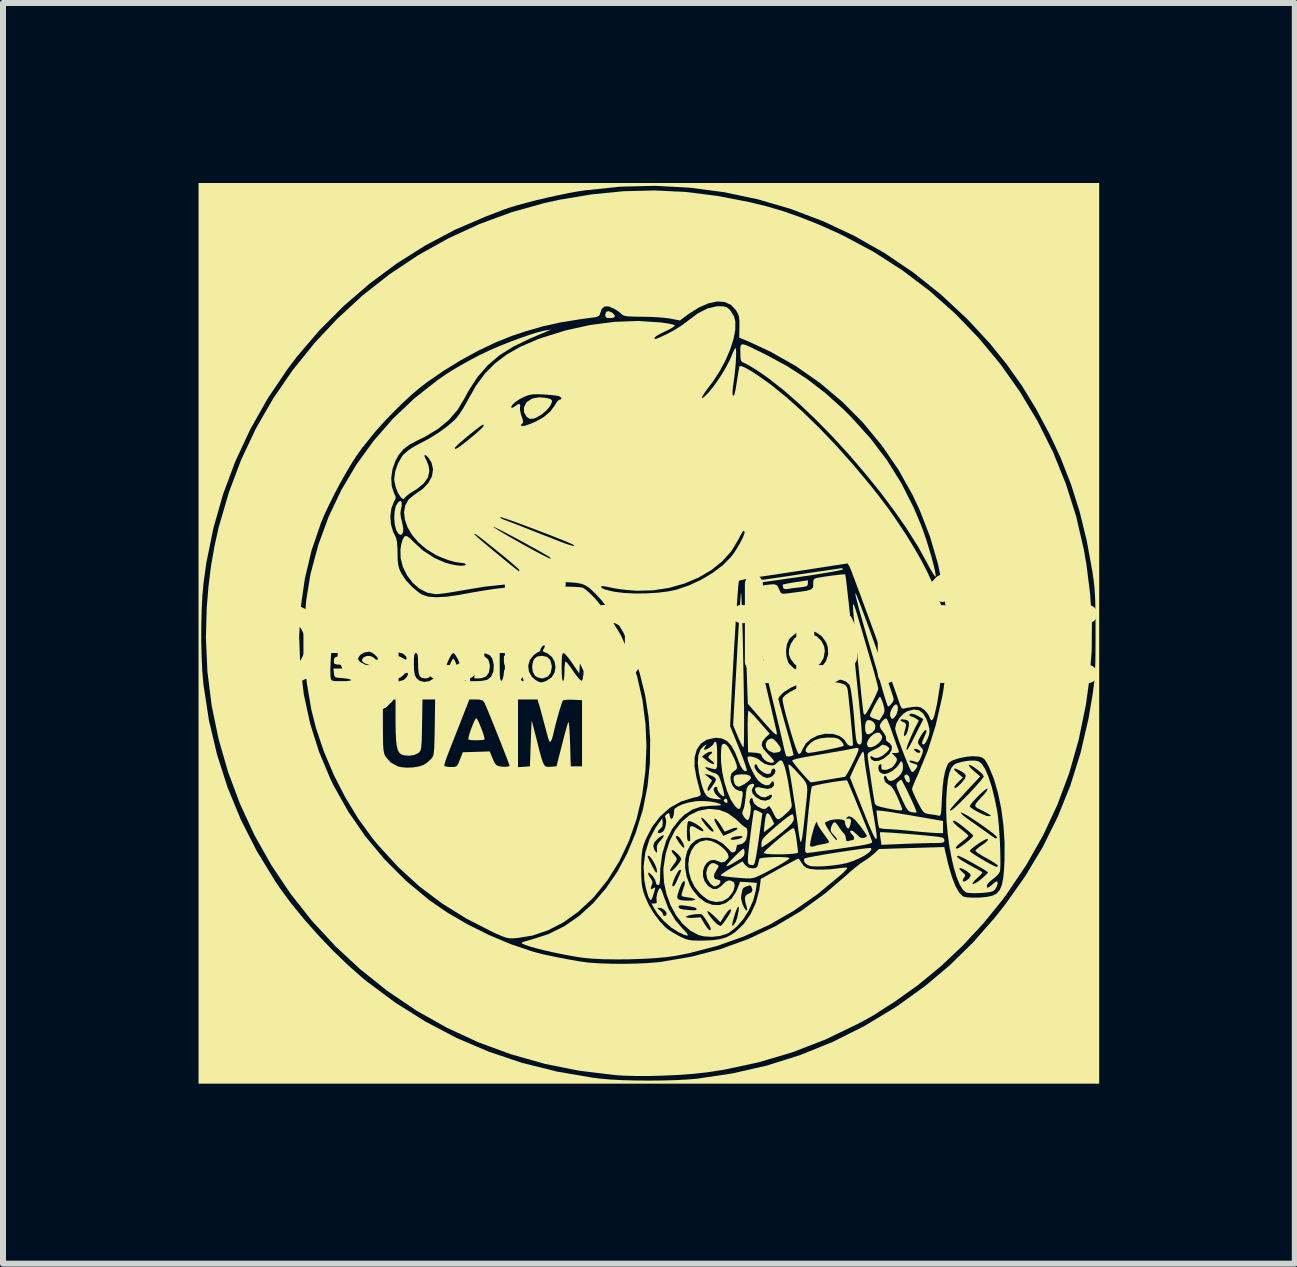
<source format=kicad_pcb>
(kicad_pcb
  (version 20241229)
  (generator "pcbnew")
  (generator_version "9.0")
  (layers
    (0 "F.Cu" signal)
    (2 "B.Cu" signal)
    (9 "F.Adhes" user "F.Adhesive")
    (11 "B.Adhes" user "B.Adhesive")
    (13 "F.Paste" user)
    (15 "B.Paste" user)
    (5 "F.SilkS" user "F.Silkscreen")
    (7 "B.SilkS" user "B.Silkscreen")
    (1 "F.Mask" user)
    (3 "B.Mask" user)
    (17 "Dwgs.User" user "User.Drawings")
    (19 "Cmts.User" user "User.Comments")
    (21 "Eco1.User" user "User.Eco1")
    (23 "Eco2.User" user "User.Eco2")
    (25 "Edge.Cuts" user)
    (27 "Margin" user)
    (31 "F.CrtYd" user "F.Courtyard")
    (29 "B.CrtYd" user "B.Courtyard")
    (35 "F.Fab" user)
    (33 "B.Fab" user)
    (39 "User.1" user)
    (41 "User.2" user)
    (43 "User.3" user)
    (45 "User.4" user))
  (footprint "logoFootprint"
    (layer "F.Cu")
    (at 7.764 7.505)
    (property "Reference" "logoFootprint" (at 0 0 0) (layer "F.SilkS") (effects (font (size 1.5 1.5) (thickness 0.3))))
    (attr board_only exclude_from_pos_files exclude_from_bom)
    (fp_poly (pts (xy 1.304 2.776) (xy 1.312 2.819) (xy 1.29 2.826) (xy 1.266 2.814) (xy 1.245 2.789) (xy 1.26 2.765) (xy 1.287 2.751)) (stroke (width 0) (type solid)) (fill yes) (layer "F.SilkS"))
    (fp_poly (pts (xy 4.332 2.38) (xy 4.345 2.413) (xy 4.349 2.468) (xy 4.33 2.489) (xy 4.297 2.47) (xy 4.282 2.45) (xy 4.256 2.393) (xy 4.264 2.364) (xy 4.3 2.351)) (stroke (width 0) (type solid)) (fill yes) (layer "F.SilkS"))
    (fp_poly (pts (xy -0.613 -5.345) (xy -0.604 -5.338) (xy -0.567 -5.297) (xy -0.574 -5.268) (xy -0.624 -5.254) (xy -0.645 -5.254) (xy -0.7 -5.258) (xy -0.723 -5.278) (xy -0.727 -5.312) (xy -0.712 -5.358) (xy -0.671 -5.37)) (stroke (width 0) (type solid)) (fill yes) (layer "F.SilkS"))
    (fp_poly (pts (xy -2.731 0.39) (xy -2.676 0.438) (xy -2.652 0.52) (xy -2.65 0.559) (xy -2.667 0.656) (xy -2.716 0.72) (xy -2.796 0.749) (xy -2.826 0.751) (xy -2.908 0.751) (xy -2.908 0.563) (xy -2.908 0.375) (xy -2.818 0.375)) (stroke (width 0) (type solid)) (fill yes) (layer "F.SilkS"))
    (fp_poly (pts (xy -2.307 0.38) (xy -2.219 0.397) (xy -2.172 0.43) (xy -2.162 0.469) (xy -2.189 0.506) (xy -2.253 0.532) (xy -2.326 0.539) (xy -2.385 0.537) (xy -2.41 0.519) (xy -2.416 0.475) (xy -2.416 0.456) (xy -2.416 0.373)) (stroke (width 0) (type solid)) (fill yes) (layer "F.SilkS"))
    (fp_poly (pts (xy 2.015 3.027) (xy 2.039 3.069) (xy 2.068 3.128) (xy 2.085 3.167) (xy 2.087 3.174) (xy 2.07 3.193) (xy 2.028 3.229) (xy 2.002 3.249) (xy 1.916 3.315) (xy 1.929 3.167) (xy 1.943 3.065) (xy 1.96 3.008) (xy 1.984 2.996)) (stroke (width 0) (type solid)) (fill yes) (layer "F.SilkS"))
    (fp_poly (pts (xy 3.699 1.451) (xy 3.752 1.486) (xy 3.775 1.541) (xy 3.766 1.602) (xy 3.725 1.651) (xy 3.666 1.684) (xy 3.629 1.677) (xy 3.609 1.63) (xy 3.606 1.612) (xy 3.603 1.542) (xy 3.614 1.485) (xy 3.636 1.45) (xy 3.674 1.446)) (stroke (width 0) (type solid)) (fill yes) (layer "F.SilkS"))
    (fp_poly (pts (xy 4.149 1.222) (xy 4.148 1.281) (xy 4.128 1.347) (xy 4.113 1.373) (xy 4.073 1.421) (xy 4.044 1.423) (xy 4.023 1.381) (xy 4.02 1.373) (xy 4.022 1.325) (xy 4.043 1.268) (xy 4.074 1.217) (xy 4.107 1.186) (xy 4.13 1.186)) (stroke (width 0) (type solid)) (fill yes) (layer "F.SilkS"))
    (fp_poly (pts (xy 2.076 1.763) (xy 2.118 1.803) (xy 2.133 1.82) (xy 2.187 1.892) (xy 2.202 1.942) (xy 2.179 1.974) (xy 2.168 1.979) (xy 2.082 1.992) (xy 2 1.958) (xy 1.999 1.957) (xy 1.956 1.905) (xy 1.946 1.843) (xy 1.971 1.788) (xy 2.004 1.764) (xy 2.043 1.752)) (stroke (width 0) (type solid)) (fill yes) (layer "F.SilkS"))
    (fp_poly (pts (xy 3.844 1.658) (xy 3.879 1.7) (xy 3.889 1.729) (xy 3.875 1.777) (xy 3.832 1.829) (xy 3.772 1.873) (xy 3.71 1.898) (xy 3.692 1.9) (xy 3.65 1.891) (xy 3.636 1.855) (xy 3.635 1.835) (xy 3.652 1.78) (xy 3.694 1.724) (xy 3.748 1.678) (xy 3.803 1.654)) (stroke (width 0) (type solid)) (fill yes) (layer "F.SilkS"))
    (fp_poly (pts (xy -3.242 0.442) (xy -3.219 0.488) (xy -3.199 0.543) (xy -3.19 0.587) (xy -3.19 0.59) (xy -3.21 0.604) (xy -3.259 0.61) (xy -3.26 0.61) (xy -3.309 0.604) (xy -3.33 0.59) (xy -3.33 0.59) (xy -3.322 0.547) (xy -3.303 0.492) (xy -3.28 0.444) (xy -3.261 0.422) (xy -3.26 0.422)) (stroke (width 0) (type solid)) (fill yes) (layer "F.SilkS"))
    (fp_poly (pts (xy -1.709 -3.923) (xy -1.645 -3.906) (xy -1.617 -3.885) (xy -1.615 -3.858) (xy -1.646 -3.788) (xy -1.709 -3.713) (xy -1.792 -3.644) (xy -1.881 -3.593) (xy -1.93 -3.576) (xy -1.992 -3.577) (xy -2.038 -3.61) (xy -2.08 -3.681) (xy -2.083 -3.763) (xy -2.046 -3.841) (xy -2.031 -3.858) (xy -1.944 -3.913) (xy -1.83 -3.934)) (stroke (width 0) (type solid)) (fill yes) (layer "F.SilkS"))
    (fp_poly (pts (xy -1.698 0.392) (xy -1.644 0.444) (xy -1.62 0.532) (xy -1.618 0.568) (xy -1.637 0.659) (xy -1.687 0.722) (xy -1.764 0.75) (xy -1.782 0.751) (xy -1.851 0.735) (xy -1.9 0.704) (xy -1.935 0.639) (xy -1.946 0.554) (xy -1.931 0.47) (xy -1.91 0.427) (xy -1.866 0.389) (xy -1.799 0.376) (xy -1.782 0.375)) (stroke (width 0) (type solid)) (fill yes) (layer "F.SilkS"))
    (fp_poly (pts (xy 1.59 3.609) (xy 1.595 3.654) (xy 1.582 3.709) (xy 1.535 3.753) (xy 1.519 3.762) (xy 1.442 3.807) (xy 1.366 3.852) (xy 1.318 3.876) (xy 1.292 3.881) (xy 1.29 3.878) (xy 1.306 3.853) (xy 1.346 3.806) (xy 1.401 3.748) (xy 1.462 3.687) (xy 1.518 3.633) (xy 1.56 3.598) (xy 1.577 3.588)) (stroke (width 0) (type solid)) (fill yes) (layer "F.SilkS"))
    (fp_poly (pts (xy 1.624 2.353) (xy 1.681 2.372) (xy 1.702 2.403) (xy 1.693 2.429) (xy 1.656 2.466) (xy 1.598 2.508) (xy 1.538 2.541) (xy 1.494 2.556) (xy 1.492 2.556) (xy 1.453 2.538) (xy 1.43 2.508) (xy 1.412 2.447) (xy 1.412 2.409) (xy 1.423 2.377) (xy 1.452 2.36) (xy 1.513 2.352) (xy 1.538 2.35)) (stroke (width 0) (type solid)) (fill yes) (layer "F.SilkS"))
    (fp_poly (pts (xy 2.65 -0.832) (xy 2.646 -0.803) (xy 2.626 -0.786) (xy 2.579 -0.774) (xy 2.497 -0.764) (xy 2.492 -0.764) (xy 2.405 -0.754) (xy 2.332 -0.743) (xy 2.292 -0.736) (xy 2.25 -0.743) (xy 2.237 -0.762) (xy 2.23 -0.8) (xy 2.235 -0.812) (xy 2.262 -0.82) (xy 2.324 -0.833) (xy 2.41 -0.848) (xy 2.449 -0.854) (xy 2.65 -0.884)) (stroke (width 0) (type solid)) (fill yes) (layer "F.SilkS"))
    (fp_poly (pts (xy -4.12 -2.182) (xy -4.12 -2.123) (xy -4.13 -2.078) (xy -4.141 -2.007) (xy -4.133 -1.929) (xy -4.116 -1.862) (xy -4.094 -1.757) (xy -4.096 -1.684) (xy -4.122 -1.646) (xy -4.142 -1.642) (xy -4.173 -1.661) (xy -4.205 -1.71) (xy -4.211 -1.723) (xy -4.235 -1.815) (xy -4.244 -1.925) (xy -4.237 -2.034) (xy -4.216 -2.122) (xy -4.209 -2.135) (xy -4.17 -2.193) (xy -4.138 -2.207)) (stroke (width 0) (type solid)) (fill yes) (layer "F.SilkS"))
    (fp_poly (pts (xy -2.857 1.438) (xy -2.83 1.492) (xy -2.8 1.565) (xy -2.771 1.641) (xy -2.749 1.71) (xy -2.738 1.757) (xy -2.739 1.769) (xy -2.769 1.777) (xy -2.828 1.781) (xy -2.899 1.782) (xy -2.963 1.779) (xy -3.003 1.772) (xy -3.007 1.769) (xy -3.007 1.742) (xy -2.993 1.686) (xy -2.97 1.614) (xy -2.941 1.538) (xy -2.913 1.471) (xy -2.889 1.426) (xy -2.876 1.414)) (stroke (width 0) (type solid)) (fill yes) (layer "F.SilkS"))
    (fp_poly (pts (xy 2.701 0.009) (xy 2.797 0.051) (xy 2.873 0.122) (xy 2.92 0.215) (xy 2.932 0.295) (xy 2.911 0.413) (xy 2.853 0.508) (xy 2.761 0.574) (xy 2.753 0.577) (xy 2.667 0.604) (xy 2.594 0.602) (xy 2.519 0.576) (xy 2.429 0.514) (xy 2.361 0.424) (xy 2.334 0.352) (xy 2.335 0.266) (xy 2.367 0.172) (xy 2.422 0.089) (xy 2.488 0.034) (xy 2.595 0.002)) (stroke (width 0) (type solid)) (fill yes) (layer "F.SilkS"))
    (fp_poly (pts (xy 1.09 3.832) (xy 1.115 3.843) (xy 1.157 3.866) (xy 1.161 3.89) (xy 1.14 3.923) (xy 1.093 4.003) (xy 1.083 4.062) (xy 1.108 4.096) (xy 1.148 4.104) (xy 1.187 4.119) (xy 1.193 4.152) (xy 1.165 4.188) (xy 1.151 4.197) (xy 1.108 4.217) (xy 1.077 4.214) (xy 1.039 4.183) (xy 1.019 4.164) (xy 0.97 4.086) (xy 0.955 3.995) (xy 0.976 3.908) (xy 1.009 3.86) (xy 1.048 3.83)) (stroke (width 0) (type solid)) (fill yes) (layer "F.SilkS"))
    (fp_poly (pts (xy 3.866 1.076) (xy 3.888 1.129) (xy 3.904 1.176) (xy 3.923 1.249) (xy 3.927 1.296) (xy 3.914 1.337) (xy 3.891 1.375) (xy 3.86 1.424) (xy 3.841 1.45) (xy 3.839 1.451) (xy 3.816 1.442) (xy 3.766 1.425) (xy 3.758 1.423) (xy 3.707 1.4) (xy 3.683 1.378) (xy 3.682 1.375) (xy 3.692 1.342) (xy 3.718 1.284) (xy 3.753 1.214) (xy 3.791 1.144) (xy 3.824 1.088) (xy 3.847 1.058) (xy 3.851 1.055)) (stroke (width 0) (type solid)) (fill yes) (layer "F.SilkS"))
    (fp_poly (pts (xy 2.393 3.014) (xy 2.41 3.046) (xy 2.415 3.091) (xy 2.408 3.126) (xy 2.382 3.166) (xy 2.331 3.218) (xy 2.251 3.288) (xy 2.214 3.319) (xy 2.124 3.391) (xy 2.041 3.455) (xy 1.975 3.505) (xy 1.944 3.526) (xy 1.876 3.57) (xy 1.876 3.498) (xy 1.881 3.465) (xy 1.897 3.43) (xy 1.931 3.388) (xy 1.988 3.333) (xy 2.074 3.256) (xy 2.124 3.213) (xy 2.215 3.137) (xy 2.294 3.075) (xy 2.354 3.033) (xy 2.389 3.014)) (stroke (width 0) (type solid)) (fill yes) (layer "F.SilkS"))
    (fp_poly (pts (xy 4.227 2.472) (xy 4.259 2.533) (xy 4.3 2.614) (xy 4.343 2.705) (xy 4.386 2.797) (xy 4.423 2.88) (xy 4.45 2.945) (xy 4.462 2.981) (xy 4.462 2.985) (xy 4.428 2.987) (xy 4.377 2.98) (xy 4.344 2.969) (xy 4.315 2.945) (xy 4.284 2.899) (xy 4.246 2.824) (xy 4.209 2.744) (xy 4.164 2.644) (xy 4.137 2.578) (xy 4.126 2.536) (xy 4.128 2.508) (xy 4.142 2.487) (xy 4.153 2.476) (xy 4.188 2.446) (xy 4.207 2.44)) (stroke (width 0) (type solid)) (fill yes) (layer "F.SilkS"))
    (fp_poly (pts (xy 3.083 1.739) (xy 3.139 1.749) (xy 3.181 1.773) (xy 3.205 1.796) (xy 3.24 1.841) (xy 3.248 1.873) (xy 3.245 1.876) (xy 3.217 1.886) (xy 3.154 1.902) (xy 3.067 1.921) (xy 2.967 1.941) (xy 2.864 1.961) (xy 2.77 1.978) (xy 2.696 1.989) (xy 2.653 1.994) (xy 2.62 1.976) (xy 2.614 1.968) (xy 2.615 1.929) (xy 2.647 1.878) (xy 2.699 1.824) (xy 2.764 1.78) (xy 2.77 1.778) (xy 2.853 1.751) (xy 2.963 1.738) (xy 2.997 1.737)) (stroke (width 0) (type solid)) (fill yes) (layer "F.SilkS"))
    (fp_poly (pts (xy 3.582 1.991) (xy 3.588 2.041) (xy 3.588 2.046) (xy 3.592 2.097) (xy 3.603 2.185) (xy 3.622 2.31) (xy 3.649 2.476) (xy 3.683 2.684) (xy 3.727 2.935) (xy 3.753 3.082) (xy 3.777 3.229) (xy 3.793 3.337) (xy 3.797 3.404) (xy 3.791 3.431) (xy 3.772 3.416) (xy 3.741 3.36) (xy 3.696 3.261) (xy 3.637 3.119) (xy 3.569 2.95) (xy 3.351 2.401) (xy 3.449 2.186) (xy 3.493 2.095) (xy 3.531 2.024) (xy 3.558 1.98) (xy 3.568 1.97)) (stroke (width 0) (type solid)) (fill yes) (layer "F.SilkS"))
    (fp_poly (pts (xy 2.422 3.258) (xy 2.439 3.314) (xy 2.457 3.414) (xy 2.459 3.429) (xy 2.471 3.522) (xy 2.481 3.599) (xy 2.486 3.646) (xy 2.486 3.653) (xy 2.464 3.664) (xy 2.407 3.673) (xy 2.324 3.679) (xy 2.228 3.683) (xy 2.128 3.683) (xy 2.036 3.681) (xy 1.963 3.675) (xy 1.919 3.665) (xy 1.913 3.661) (xy 1.925 3.64) (xy 1.967 3.598) (xy 2.031 3.54) (xy 2.107 3.474) (xy 2.189 3.405) (xy 2.268 3.341) (xy 2.337 3.289) (xy 2.387 3.254) (xy 2.404 3.245)) (stroke (width 0) (type solid)) (fill yes) (layer "F.SilkS"))
    (fp_poly (pts (xy 3.896 2.96) (xy 3.951 2.967) (xy 4.044 2.981) (xy 4.164 3.001) (xy 4.302 3.024) (xy 4.449 3.049) (xy 4.45 3.049) (xy 4.902 3.128) (xy 4.902 3.229) (xy 4.902 3.33) (xy 4.79 3.328) (xy 4.723 3.324) (xy 4.622 3.316) (xy 4.503 3.306) (xy 4.386 3.294) (xy 4.26 3.282) (xy 4.139 3.272) (xy 4.036 3.265) (xy 3.971 3.262) (xy 3.9 3.257) (xy 3.85 3.247) (xy 3.837 3.24) (xy 3.827 3.207) (xy 3.816 3.143) (xy 3.808 3.085) (xy 3.792 2.95)) (stroke (width 0) (type solid)) (fill yes) (layer "F.SilkS"))
    (fp_poly (pts (xy 1.8 2.953) (xy 1.825 2.964) (xy 1.891 2.999) (xy 1.861 3.217) (xy 1.834 3.407) (xy 1.813 3.556) (xy 1.795 3.668) (xy 1.781 3.749) (xy 1.769 3.804) (xy 1.759 3.838) (xy 1.748 3.856) (xy 1.737 3.863) (xy 1.734 3.864) (xy 1.685 3.857) (xy 1.667 3.849) (xy 1.656 3.835) (xy 1.65 3.807) (xy 1.65 3.759) (xy 1.655 3.685) (xy 1.666 3.577) (xy 1.684 3.43) (xy 1.687 3.409) (xy 1.704 3.272) (xy 1.72 3.151) (xy 1.734 3.053) (xy 1.744 2.987) (xy 1.749 2.96) (xy 1.764 2.943)) (stroke (width 0) (type solid)) (fill yes) (layer "F.SilkS"))
    (fp_poly (pts (xy 3.942 3.317) (xy 4.036 3.322) (xy 4.151 3.331) (xy 4.28 3.34) (xy 4.414 3.351) (xy 4.545 3.363) (xy 4.664 3.374) (xy 4.764 3.384) (xy 4.826 3.391) (xy 4.891 3.404) (xy 4.92 3.425) (xy 4.925 3.449) (xy 4.921 3.473) (xy 4.9 3.486) (xy 4.854 3.493) (xy 4.773 3.495) (xy 4.753 3.495) (xy 4.665 3.496) (xy 4.545 3.499) (xy 4.406 3.503) (xy 4.264 3.508) (xy 4.229 3.51) (xy 3.877 3.525) (xy 3.861 3.425) (xy 3.853 3.361) (xy 3.852 3.321) (xy 3.854 3.314) (xy 3.879 3.314)) (stroke (width 0) (type solid)) (fill yes) (layer "F.SilkS"))
    (fp_poly (pts (xy 3.703 3.578) (xy 3.706 3.608) (xy 3.673 3.648) (xy 3.61 3.694) (xy 3.525 3.741) (xy 3.426 3.785) (xy 3.32 3.822) (xy 3.277 3.833) (xy 3.171 3.854) (xy 3.049 3.87) (xy 2.925 3.881) (xy 2.811 3.885) (xy 2.72 3.882) (xy 2.676 3.874) (xy 2.619 3.844) (xy 2.587 3.802) (xy 2.587 3.762) (xy 2.594 3.752) (xy 2.622 3.743) (xy 2.688 3.729) (xy 2.784 3.711) (xy 2.902 3.69) (xy 3.035 3.668) (xy 3.174 3.646) (xy 3.311 3.625) (xy 3.44 3.607) (xy 3.551 3.591) (xy 3.637 3.581) (xy 3.69 3.577)) (stroke (width 0) (type solid)) (fill yes) (layer "F.SilkS"))
    (fp_poly (pts (xy 1.684 1.307) (xy 1.73 1.352) (xy 1.792 1.419) (xy 1.848 1.482) (xy 2.013 1.673) (xy 1.945 1.737) (xy 1.893 1.8) (xy 1.88 1.86) (xy 1.907 1.925) (xy 1.976 2.003) (xy 1.982 2.009) (xy 2.037 2.066) (xy 2.075 2.111) (xy 2.087 2.134) (xy 2.069 2.155) (xy 2.026 2.156) (xy 1.972 2.139) (xy 1.928 2.11) (xy 1.89 2.065) (xy 1.876 2.029) (xy 1.857 2.005) (xy 1.795 1.992) (xy 1.765 1.989) (xy 1.653 1.982) (xy 1.647 1.636) (xy 1.646 1.513) (xy 1.648 1.409) (xy 1.652 1.334) (xy 1.658 1.294) (xy 1.661 1.29)) (stroke (width 0) (type solid)) (fill yes) (layer "F.SilkS"))
    (fp_poly (pts (xy 1.539 -0.656) (xy 1.543 -0.593) (xy 1.547 -0.49) (xy 1.552 -0.352) (xy 1.557 -0.181) (xy 1.563 0.018) (xy 1.568 0.243) (xy 1.573 0.489) (xy 1.578 0.753) (xy 1.583 1.031) (xy 1.583 1.061) (xy 1.586 1.254) (xy 1.587 1.432) (xy 1.587 1.588) (xy 1.586 1.718) (xy 1.584 1.817) (xy 1.581 1.879) (xy 1.577 1.9) (xy 1.559 1.88) (xy 1.53 1.826) (xy 1.494 1.748) (xy 1.48 1.715) (xy 1.404 1.53) (xy 1.466 0.432) (xy 1.478 0.209) (xy 1.49 0.002) (xy 1.501 -0.186) (xy 1.512 -0.35) (xy 1.52 -0.486) (xy 1.527 -0.588) (xy 1.532 -0.653) (xy 1.535 -0.675)) (stroke (width 0) (type solid)) (fill yes) (layer "F.SilkS"))
    (fp_poly (pts (xy 2.369 2.209) (xy 2.426 2.266) (xy 2.47 2.314) (xy 2.538 2.387) (xy 2.586 2.444) (xy 2.618 2.492) (xy 2.635 2.544) (xy 2.64 2.607) (xy 2.635 2.691) (xy 2.624 2.808) (xy 2.615 2.89) (xy 2.594 3.085) (xy 2.577 3.236) (xy 2.563 3.347) (xy 2.551 3.423) (xy 2.541 3.465) (xy 2.532 3.478) (xy 2.526 3.471) (xy 2.516 3.432) (xy 2.503 3.36) (xy 2.49 3.27) (xy 2.488 3.248) (xy 2.475 3.147) (xy 2.457 3.022) (xy 2.437 2.883) (xy 2.415 2.739) (xy 2.393 2.597) (xy 2.373 2.467) (xy 2.354 2.357) (xy 2.34 2.277) (xy 2.331 2.234) (xy 2.324 2.195) (xy 2.336 2.186)) (stroke (width 0) (type solid)) (fill yes) (layer "F.SilkS"))
    (fp_poly (pts (xy 1.656 -0.365) (xy 1.678 -0.289) (xy 1.707 -0.167) (xy 1.735 -0.047) (xy 1.758 0.053) (xy 1.79 0.19) (xy 1.828 0.354) (xy 1.871 0.537) (xy 1.916 0.729) (xy 1.962 0.922) (xy 1.968 0.948) (xy 2.009 1.123) (xy 2.047 1.283) (xy 2.079 1.423) (xy 2.105 1.536) (xy 2.124 1.618) (xy 2.133 1.663) (xy 2.134 1.669) (xy 2.129 1.686) (xy 2.109 1.681) (xy 2.073 1.651) (xy 2.017 1.592) (xy 1.936 1.503) (xy 1.873 1.431) (xy 1.649 1.173) (xy 1.634 0.747) (xy 1.628 0.571) (xy 1.624 0.374) (xy 1.621 0.176) (xy 1.62 -0.003) (xy 1.62 -0.068) (xy 1.621 -0.217) (xy 1.624 -0.321) (xy 1.63 -0.38) (xy 1.64 -0.395)) (stroke (width 0) (type solid)) (fill yes) (layer "F.SilkS"))
    (fp_poly (pts (xy 3.233 -1.074) (xy 3.237 -1.068) (xy 3.217 -1.059) (xy 3.155 -1.045) (xy 3.055 -1.026) (xy 2.921 -1.003) (xy 2.757 -0.977) (xy 2.566 -0.948) (xy 2.474 -0.935) (xy 2.251 -0.903) (xy 2.071 -0.877) (xy 1.928 -0.857) (xy 1.818 -0.843) (xy 1.738 -0.833) (xy 1.683 -0.827) (xy 1.649 -0.825) (xy 1.63 -0.827) (xy 1.624 -0.831) (xy 1.626 -0.838) (xy 1.628 -0.841) (xy 1.656 -0.855) (xy 1.716 -0.868) (xy 1.764 -0.875) (xy 1.829 -0.883) (xy 1.93 -0.897) (xy 2.055 -0.915) (xy 2.194 -0.935) (xy 2.287 -0.949) (xy 2.443 -0.973) (xy 2.607 -0.997) (xy 2.762 -1.02) (xy 2.894 -1.039) (xy 2.942 -1.046) (xy 3.047 -1.061) (xy 3.133 -1.074) (xy 3.192 -1.083) (xy 3.212 -1.086)) (stroke (width 0) (type solid)) (fill yes) (layer "F.SilkS"))
    (fp_poly (pts (xy 3.446 -0.667) (xy 3.459 -0.639) (xy 3.486 -0.573) (xy 3.524 -0.475) (xy 3.571 -0.35) (xy 3.625 -0.204) (xy 3.684 -0.044) (xy 3.745 0.126) (xy 3.807 0.299) (xy 3.868 0.469) (xy 3.925 0.63) (xy 3.976 0.776) (xy 4.019 0.902) (xy 4.053 1.002) (xy 4.074 1.07) (xy 4.081 1.098) (xy 4.067 1.14) (xy 4.034 1.185) (xy 3.998 1.216) (xy 3.985 1.219) (xy 3.975 1.198) (xy 3.955 1.141) (xy 3.928 1.055) (xy 3.897 0.951) (xy 3.895 0.944) (xy 3.862 0.83) (xy 3.82 0.685) (xy 3.772 0.522) (xy 3.722 0.353) (xy 3.68 0.211) (xy 3.607 -0.038) (xy 3.548 -0.244) (xy 3.502 -0.407) (xy 3.47 -0.53) (xy 3.449 -0.613) (xy 3.441 -0.659) (xy 3.445 -0.667)) (stroke (width 0) (type solid)) (fill yes) (layer "F.SilkS"))
    (fp_poly (pts (xy 1.288 1.855) (xy 1.327 1.902) (xy 1.374 1.988) (xy 1.377 1.994) (xy 1.43 2.104) (xy 1.46 2.182) (xy 1.469 2.235) (xy 1.457 2.268) (xy 1.425 2.291) (xy 1.42 2.294) (xy 1.375 2.336) (xy 1.358 2.4) (xy 1.367 2.473) (xy 1.397 2.543) (xy 1.445 2.598) (xy 1.507 2.626) (xy 1.524 2.627) (xy 1.553 2.632) (xy 1.564 2.655) (xy 1.561 2.71) (xy 1.558 2.726) (xy 1.542 2.835) (xy 1.526 2.901) (xy 1.507 2.928) (xy 1.48 2.921) (xy 1.441 2.883) (xy 1.423 2.862) (xy 1.36 2.764) (xy 1.304 2.63) (xy 1.257 2.474) (xy 1.222 2.307) (xy 1.203 2.141) (xy 1.201 2.014) (xy 1.206 1.925) (xy 1.213 1.873) (xy 1.227 1.848) (xy 1.249 1.841) (xy 1.254 1.841)) (stroke (width 0) (type solid)) (fill yes) (layer "F.SilkS"))
    (fp_poly (pts (xy 2.271 3.731) (xy 2.326 3.738) (xy 2.345 3.748) (xy 2.326 3.767) (xy 2.273 3.803) (xy 2.195 3.85) (xy 2.101 3.903) (xy 1.999 3.958) (xy 1.898 4.01) (xy 1.841 4.038) (xy 1.787 4.062) (xy 1.741 4.077) (xy 1.689 4.084) (xy 1.62 4.084) (xy 1.523 4.077) (xy 1.46 4.072) (xy 1.355 4.062) (xy 1.27 4.052) (xy 1.214 4.041) (xy 1.196 4.033) (xy 1.215 4.014) (xy 1.265 3.978) (xy 1.338 3.932) (xy 1.378 3.908) (xy 1.56 3.8) (xy 1.603 3.859) (xy 1.657 3.905) (xy 1.725 3.917) (xy 1.782 3.911) (xy 1.809 3.885) (xy 1.819 3.852) (xy 1.833 3.794) (xy 1.842 3.758) (xy 1.867 3.747) (xy 1.926 3.738) (xy 2.008 3.732) (xy 2.1 3.728) (xy 2.191 3.728)) (stroke (width 0) (type solid)) (fill yes) (layer "F.SilkS"))
    (fp_poly (pts (xy 3.488 1.912) (xy 3.495 1.934) (xy 3.485 1.97) (xy 3.459 2.033) (xy 3.422 2.113) (xy 3.38 2.198) (xy 3.338 2.28) (xy 3.301 2.345) (xy 3.274 2.385) (xy 3.266 2.392) (xy 3.237 2.396) (xy 3.172 2.407) (xy 3.08 2.422) (xy 2.979 2.439) (xy 2.872 2.457) (xy 2.783 2.472) (xy 2.721 2.481) (xy 2.697 2.484) (xy 2.678 2.467) (xy 2.635 2.422) (xy 2.576 2.357) (xy 2.536 2.311) (xy 2.472 2.236) (xy 2.422 2.173) (xy 2.392 2.131) (xy 2.387 2.119) (xy 2.409 2.107) (xy 2.467 2.09) (xy 2.552 2.072) (xy 2.607 2.061) (xy 2.723 2.041) (xy 2.864 2.017) (xy 3.012 1.991) (xy 3.119 1.973) (xy 3.234 1.953) (xy 3.335 1.934) (xy 3.411 1.919) (xy 3.452 1.91) (xy 3.454 1.909)) (stroke (width 0) (type solid)) (fill yes) (layer "F.SilkS"))
    (fp_poly (pts (xy 0.204 4.266) (xy 0.227 4.319) (xy 0.247 4.38) (xy 0.327 4.589) (xy 0.44 4.779) (xy 0.56 4.919) (xy 0.624 4.986) (xy 0.65 5.026) (xy 0.64 5.039) (xy 0.59 5.025) (xy 0.502 4.984) (xy 0.495 4.981) (xy 0.371 4.902) (xy 0.249 4.794) (xy 0.145 4.673) (xy 0.098 4.601) (xy 0.085 4.577) (xy 0.145 4.577) (xy 0.149 4.589) (xy 0.182 4.613) (xy 0.221 4.651) (xy 0.235 4.682) (xy 0.249 4.711) (xy 0.278 4.706) (xy 0.294 4.689) (xy 0.293 4.654) (xy 0.262 4.614) (xy 0.216 4.583) (xy 0.178 4.575) (xy 0.145 4.577) (xy 0.085 4.577) (xy 0.044 4.503) (xy 0.094 4.503) (xy 0.13 4.494) (xy 0.13 4.46) (xy 0.129 4.456) (xy 0.126 4.408) (xy 0.136 4.346) (xy 0.155 4.288) (xy 0.177 4.251) (xy 0.188 4.245)) (stroke (width 0) (type solid)) (fill yes) (layer "F.SilkS"))
    (fp_poly (pts (xy 3.421 -0.464) (xy 3.441 -0.408) (xy 3.47 -0.316) (xy 3.51 -0.182) (xy 3.519 -0.151) (xy 3.563 -0.000355) (xy 3.614 0.174) (xy 3.667 0.353) (xy 3.714 0.514) (xy 3.719 0.529) (xy 3.755 0.653) (xy 3.785 0.764) (xy 3.808 0.853) (xy 3.821 0.91) (xy 3.823 0.925) (xy 3.813 0.96) (xy 3.786 1.021) (xy 3.749 1.099) (xy 3.707 1.182) (xy 3.664 1.26) (xy 3.628 1.322) (xy 3.604 1.356) (xy 3.598 1.36) (xy 3.582 1.342) (xy 3.578 1.331) (xy 3.572 1.298) (xy 3.563 1.226) (xy 3.551 1.119) (xy 3.537 0.985) (xy 3.521 0.83) (xy 3.504 0.661) (xy 3.486 0.484) (xy 3.468 0.305) (xy 3.451 0.131) (xy 3.436 -0.032) (xy 3.423 -0.176) (xy 3.412 -0.297) (xy 3.405 -0.387) (xy 3.402 -0.439) (xy 3.401 -0.444) (xy 3.403 -0.478) (xy 3.409 -0.486)) (stroke (width 0) (type solid)) (fill yes) (layer "F.SilkS"))
    (fp_poly (pts (xy 1.043 3.462) (xy 1.126 3.499) (xy 1.204 3.551) (xy 1.27 3.611) (xy 1.315 3.671) (xy 1.329 3.725) (xy 1.322 3.747) (xy 1.268 3.805) (xy 1.209 3.819) (xy 1.173 3.805) (xy 1.094 3.776) (xy 1.024 3.784) (xy 0.966 3.824) (xy 0.925 3.886) (xy 0.902 3.963) (xy 0.902 4.047) (xy 0.927 4.13) (xy 0.981 4.204) (xy 1 4.22) (xy 1.071 4.261) (xy 1.135 4.259) (xy 1.201 4.216) (xy 1.228 4.188) (xy 1.282 4.138) (xy 1.327 4.119) (xy 1.366 4.121) (xy 1.417 4.149) (xy 1.431 4.205) (xy 1.41 4.286) (xy 1.396 4.315) (xy 1.324 4.408) (xy 1.229 4.464) (xy 1.118 4.478) (xy 1.008 4.453) (xy 0.959 4.424) (xy 0.895 4.374) (xy 0.85 4.333) (xy 0.762 4.224) (xy 0.702 4.102) (xy 0.667 3.974) (xy 0.657 3.845) (xy 0.672 3.724) (xy 0.71 3.616) (xy 0.769 3.53) (xy 0.851 3.472) (xy 0.953 3.448) (xy 0.965 3.448)) (stroke (width 0) (type solid)) (fill yes) (layer "F.SilkS"))
    (fp_poly (pts (xy 3.177 0.826) (xy 3.248 0.848) (xy 3.287 0.875) (xy 3.307 0.915) (xy 3.31 0.926) (xy 3.316 0.965) (xy 3.325 1.041) (xy 3.336 1.145) (xy 3.349 1.267) (xy 3.362 1.399) (xy 3.374 1.53) (xy 3.386 1.651) (xy 3.394 1.754) (xy 3.4 1.827) (xy 3.401 1.859) (xy 3.385 1.877) (xy 3.349 1.874) (xy 3.312 1.854) (xy 3.295 1.83) (xy 3.252 1.765) (xy 3.175 1.711) (xy 3.076 1.678) (xy 3.061 1.676) (xy 2.934 1.674) (xy 2.81 1.704) (xy 2.7 1.76) (xy 2.614 1.837) (xy 2.562 1.928) (xy 2.559 1.937) (xy 2.536 1.988) (xy 2.507 2.012) (xy 2.491 2.002) (xy 2.471 1.965) (xy 2.444 1.895) (xy 2.409 1.79) (xy 2.365 1.646) (xy 2.342 1.566) (xy 2.291 1.388) (xy 2.256 1.251) (xy 2.235 1.154) (xy 2.228 1.094) (xy 2.232 1.074) (xy 2.272 1.03) (xy 2.346 0.98) (xy 2.442 0.929) (xy 2.548 0.885) (xy 2.598 0.868) (xy 2.755 0.83) (xy 2.916 0.81) (xy 3.065 0.809)) (stroke (width 0) (type solid)) (fill yes) (layer "F.SilkS"))
    (fp_poly (pts (xy 1.609 -4.807) (xy 1.678 -4.777) (xy 1.778 -4.729) (xy 1.914 -4.662) (xy 1.947 -4.646) (xy 2.306 -4.452) (xy 2.634 -4.24) (xy 2.943 -4.003) (xy 3.244 -3.731) (xy 3.378 -3.597) (xy 3.694 -3.247) (xy 3.968 -2.886) (xy 4.205 -2.506) (xy 4.411 -2.1) (xy 4.537 -1.802) (xy 4.581 -1.682) (xy 4.626 -1.549) (xy 4.669 -1.411) (xy 4.709 -1.276) (xy 4.742 -1.153) (xy 4.766 -1.05) (xy 4.779 -0.977) (xy 4.78 -0.945) (xy 4.768 -0.95) (xy 4.739 -0.991) (xy 4.697 -1.061) (xy 4.647 -1.153) (xy 4.637 -1.174) (xy 4.484 -1.449) (xy 4.299 -1.742) (xy 4.087 -2.047) (xy 3.852 -2.359) (xy 3.599 -2.671) (xy 3.335 -2.979) (xy 3.062 -3.277) (xy 2.787 -3.558) (xy 2.515 -3.817) (xy 2.25 -4.049) (xy 1.997 -4.248) (xy 1.858 -4.346) (xy 1.767 -4.405) (xy 1.683 -4.456) (xy 1.617 -4.493) (xy 1.597 -4.502) (xy 1.558 -4.521) (xy 1.536 -4.545) (xy 1.527 -4.586) (xy 1.525 -4.659) (xy 1.524 -4.683) (xy 1.524 -4.742) (xy 1.527 -4.784) (xy 1.538 -4.809) (xy 1.564 -4.817)) (stroke (width 0) (type solid)) (fill yes) (layer "F.SilkS"))
    (fp_poly (pts (xy 1.123 1.82) (xy 1.132 1.865) (xy 1.137 1.947) (xy 1.138 2.042) (xy 1.138 2.15) (xy 1.136 2.218) (xy 1.125 2.254) (xy 1.1 2.264) (xy 1.055 2.256) (xy 0.985 2.236) (xy 0.945 2.228) (xy 0.944 2.24) (xy 0.959 2.259) (xy 1.002 2.292) (xy 1.066 2.321) (xy 1.078 2.324) (xy 1.122 2.34) (xy 1.153 2.363) (xy 1.176 2.402) (xy 1.2 2.47) (xy 1.217 2.527) (xy 1.24 2.611) (xy 1.254 2.677) (xy 1.257 2.713) (xy 1.256 2.716) (xy 1.231 2.713) (xy 1.195 2.684) (xy 1.161 2.643) (xy 1.142 2.604) (xy 1.142 2.589) (xy 1.136 2.561) (xy 1.117 2.556) (xy 1.085 2.573) (xy 1.08 2.613) (xy 1.1 2.664) (xy 1.143 2.713) (xy 1.143 2.713) (xy 1.208 2.766) (xy 1.149 2.765) (xy 1.083 2.757) (xy 1.019 2.743) (xy 0.972 2.716) (xy 0.932 2.664) (xy 0.897 2.58) (xy 0.863 2.46) (xy 0.838 2.342) (xy 0.926 2.342) (xy 0.99 2.397) (xy 1.054 2.452) (xy 1.009 2.52) (xy 0.981 2.577) (xy 0.978 2.616) (xy 0.995 2.627) (xy 1.011 2.609) (xy 1.045 2.565) (xy 1.068 2.532) (xy 1.106 2.472) (xy 1.118 2.436) (xy 1.106 2.411) (xy 1.1 2.404) (xy 1.054 2.376) (xy 0.997 2.357) (xy 0.926 2.342) (xy 0.838 2.342) (xy 0.833 2.319) (xy 0.815 2.163) (xy 0.823 2.055) (xy 0.885 2.055) (xy 0.961 2.118) (xy 1.017 2.158) (xy 1.065 2.179) (xy 1.075 2.18) (xy 1.091 2.172) (xy 1.071 2.145) (xy 1.044 2.121) (xy 1 2.082) (xy 0.99 2.058) (xy 1.008 2.036) (xy 1.014 2.031) (xy 1.047 2) (xy 1.055 1.985) (xy 1.038 1.97) (xy 0.998 1.978) (xy 0.948 2.005) (xy 0.938 2.012) (xy 0.885 2.055) (xy 0.823 2.055) (xy 0.824 2.034) (xy 0.86 1.936) (xy 0.915 1.879) (xy 0.954 1.855) (xy 0.959 1.858) (xy 0.941 1.883) (xy 0.92 1.921) (xy 0.921 1.938) (xy 0.95 1.937) (xy 0.995 1.915) (xy 1.042 1.882) (xy 1.074 1.85) (xy 1.079 1.836) (xy 1.097 1.808) (xy 1.108 1.806)) (stroke (width 0) (type solid)) (fill yes) (layer "F.SilkS"))
    (fp_poly (pts (xy 4.501 1.282) (xy 4.571 1.335) (xy 4.627 1.432) (xy 4.653 1.506) (xy 4.673 1.584) (xy 4.678 1.639) (xy 4.668 1.693) (xy 4.65 1.745) (xy 4.621 1.807) (xy 4.593 1.846) (xy 4.58 1.853) (xy 4.555 1.843) (xy 4.555 1.809) (xy 4.581 1.745) (xy 4.597 1.712) (xy 4.624 1.645) (xy 4.624 1.612) (xy 4.602 1.615) (xy 4.565 1.657) (xy 4.54 1.696) (xy 4.5 1.766) (xy 4.484 1.811) (xy 4.491 1.844) (xy 4.52 1.881) (xy 4.53 1.892) (xy 4.559 1.926) (xy 4.568 1.956) (xy 4.559 2) (xy 4.539 2.053) (xy 4.511 2.113) (xy 4.483 2.147) (xy 4.471 2.151) (xy 4.391 2.124) (xy 4.348 2.12) (xy 4.339 2.131) (xy 4.359 2.151) (xy 4.408 2.169) (xy 4.409 2.169) (xy 4.463 2.187) (xy 4.476 2.213) (xy 4.45 2.258) (xy 4.436 2.276) (xy 4.403 2.31) (xy 4.381 2.308) (xy 4.372 2.296) (xy 4.345 2.244) (xy 4.309 2.162) (xy 4.267 2.059) (xy 4.223 1.946) (xy 4.216 1.926) (xy 4.292 1.926) (xy 4.296 1.944) (xy 4.308 1.937) (xy 4.419 1.937) (xy 4.433 1.958) (xy 4.47 1.986) (xy 4.507 1.993) (xy 4.526 1.976) (xy 4.527 1.973) (xy 4.507 1.948) (xy 4.462 1.928) (xy 4.428 1.923) (xy 4.419 1.937) (xy 4.308 1.937) (xy 4.31 1.936) (xy 4.336 1.896) (xy 4.376 1.822) (xy 4.434 1.71) (xy 4.444 1.688) (xy 4.574 1.43) (xy 4.497 1.384) (xy 4.428 1.35) (xy 4.373 1.338) (xy 4.342 1.349) (xy 4.339 1.36) (xy 4.357 1.382) (xy 4.369 1.384) (xy 4.41 1.396) (xy 4.449 1.419) (xy 4.499 1.454) (xy 4.447 1.554) (xy 4.41 1.63) (xy 4.371 1.716) (xy 4.335 1.802) (xy 4.307 1.874) (xy 4.293 1.92) (xy 4.292 1.926) (xy 4.216 1.926) (xy 4.181 1.832) (xy 4.145 1.729) (xy 4.118 1.646) (xy 4.105 1.593) (xy 4.104 1.584) (xy 4.124 1.501) (xy 4.159 1.439) (xy 4.192 1.439) (xy 4.195 1.456) (xy 4.23 1.475) (xy 4.265 1.49) (xy 4.283 1.508) (xy 4.284 1.541) (xy 4.271 1.599) (xy 4.254 1.659) (xy 4.252 1.701) (xy 4.265 1.712) (xy 4.286 1.692) (xy 4.309 1.641) (xy 4.314 1.624) (xy 4.334 1.536) (xy 4.334 1.482) (xy 4.312 1.452) (xy 4.281 1.441) (xy 4.223 1.432) (xy 4.192 1.439) (xy 4.159 1.439) (xy 4.173 1.414) (xy 4.242 1.34) (xy 4.305 1.299) (xy 4.413 1.27)) (stroke (width 0) (type solid)) (fill yes) (layer "F.SilkS"))
    (fp_poly (pts (xy 3.962 1.421) (xy 3.978 1.451) (xy 4.004 1.515) (xy 4.037 1.603) (xy 4.063 1.677) (xy 4.099 1.778) (xy 4.13 1.866) (xy 4.153 1.929) (xy 4.162 1.952) (xy 4.167 1.982) (xy 4.138 1.993) (xy 4.113 1.994) (xy 4.047 1.994) (xy 4.098 2.044) (xy 4.131 2.084) (xy 4.133 2.119) (xy 4.114 2.161) (xy 4.054 2.236) (xy 3.97 2.272) (xy 3.927 2.275) (xy 3.883 2.269) (xy 3.874 2.243) (xy 3.877 2.228) (xy 3.875 2.189) (xy 3.856 2.181) (xy 3.831 2.2) (xy 3.824 2.243) (xy 3.834 2.292) (xy 3.851 2.317) (xy 3.897 2.34) (xy 3.93 2.345) (xy 3.992 2.329) (xy 4.065 2.287) (xy 4.13 2.232) (xy 4.166 2.185) (xy 4.197 2.137) (xy 4.219 2.135) (xy 4.232 2.178) (xy 4.235 2.216) (xy 4.23 2.286) (xy 4.202 2.341) (xy 4.162 2.386) (xy 4.093 2.44) (xy 4.032 2.461) (xy 3.988 2.447) (xy 3.97 2.416) (xy 3.95 2.376) (xy 3.928 2.373) (xy 3.917 2.408) (xy 3.917 2.41) (xy 3.936 2.477) (xy 3.993 2.521) (xy 4.007 2.527) (xy 4.048 2.559) (xy 4.093 2.628) (xy 4.142 2.729) (xy 4.178 2.814) (xy 4.206 2.884) (xy 4.221 2.926) (xy 4.222 2.933) (xy 4.216 2.946) (xy 4.195 2.951) (xy 4.15 2.948) (xy 4.074 2.936) (xy 3.96 2.915) (xy 3.959 2.915) (xy 3.855 2.891) (xy 3.792 2.868) (xy 3.767 2.842) (xy 3.767 2.841) (xy 3.76 2.807) (xy 3.748 2.736) (xy 3.732 2.637) (xy 3.714 2.52) (xy 3.695 2.395) (xy 3.677 2.271) (xy 3.66 2.157) (xy 3.648 2.068) (xy 3.645 2.02) (xy 3.661 1.989) (xy 3.705 1.963) (xy 3.739 1.947) (xy 3.803 1.916) (xy 3.848 1.888) (xy 3.857 1.878) (xy 3.895 1.854) (xy 3.952 1.87) (xy 3.977 1.886) (xy 4.005 1.911) (xy 4.005 1.933) (xy 3.974 1.97) (xy 3.967 1.978) (xy 3.895 2.039) (xy 3.823 2.073) (xy 3.762 2.075) (xy 3.74 2.063) (xy 3.702 2.045) (xy 3.687 2.061) (xy 3.705 2.099) (xy 3.758 2.129) (xy 3.83 2.125) (xy 3.912 2.088) (xy 3.995 2.022) (xy 4.007 2.01) (xy 4.047 1.943) (xy 4.049 1.88) (xy 4.014 1.83) (xy 3.993 1.818) (xy 3.954 1.785) (xy 3.953 1.756) (xy 3.947 1.714) (xy 3.915 1.658) (xy 3.906 1.647) (xy 3.868 1.594) (xy 3.848 1.551) (xy 3.847 1.545) (xy 3.861 1.503) (xy 3.892 1.46) (xy 3.929 1.427) (xy 3.958 1.418)) (stroke (width 0) (type solid)) (fill yes) (layer "F.SilkS"))
    (fp_poly (pts (xy 1.017 2.803) (xy 1.109 2.818) (xy 1.176 2.839) (xy 1.207 2.859) (xy 1.19 2.866) (xy 1.136 2.871) (xy 1.057 2.874) (xy 1.036 2.874) (xy 0.87 2.888) (xy 0.728 2.935) (xy 0.598 3.02) (xy 0.516 3.096) (xy 0.387 3.261) (xy 0.288 3.458) (xy 0.222 3.679) (xy 0.19 3.919) (xy 0.188 4.005) (xy 0.186 4.103) (xy 0.18 4.162) (xy 0.169 4.191) (xy 0.152 4.198) (xy 0.124 4.179) (xy 0.117 4.153) (xy 0.105 4.111) (xy 0.075 4.061) (xy 0.038 4.017) (xy 0.005 3.991) (xy -0.012 3.991) (xy -0.01 4.018) (xy 0.016 4.065) (xy 0.024 4.076) (xy 0.056 4.129) (xy 0.059 4.169) (xy 0.047 4.197) (xy 0.03 4.246) (xy 0.042 4.265) (xy 0.078 4.248) (xy 0.081 4.246) (xy 0.101 4.233) (xy 0.105 4.246) (xy 0.094 4.292) (xy 0.083 4.327) (xy 0.058 4.406) (xy 0.038 4.443) (xy 0.02 4.439) (xy -0.003 4.399) (xy -0.012 4.378) (xy -0.033 4.311) (xy -0.056 4.218) (xy -0.075 4.118) (xy -0.075 4.114) (xy -0.088 3.884) (xy -0.068 3.721) (xy -0.02 3.721) (xy -0.008 3.753) (xy 0.02 3.812) (xy 0.052 3.875) (xy 0.093 3.949) (xy 0.118 3.985) (xy 0.132 3.986) (xy 0.136 3.97) (xy 0.129 3.921) (xy 0.102 3.852) (xy 0.081 3.812) (xy 0.043 3.752) (xy 0.01 3.714) (xy -0.002 3.706) (xy -0.017 3.708) (xy -0.02 3.721) (xy -0.068 3.721) (xy -0.059 3.653) (xy -0.025 3.543) (xy 0.073 3.543) (xy 0.093 3.611) (xy 0.095 3.613) (xy 0.123 3.653) (xy 0.137 3.649) (xy 0.135 3.603) (xy 0.133 3.594) (xy 0.134 3.542) (xy 0.162 3.49) (xy 0.194 3.454) (xy 0.241 3.397) (xy 0.25 3.367) (xy 0.227 3.367) (xy 0.173 3.401) (xy 0.155 3.415) (xy 0.093 3.481) (xy 0.073 3.543) (xy -0.025 3.543) (xy 0.01 3.432) (xy 0.117 3.231) (xy 0.142 3.196) (xy 0.222 3.084) (xy 0.231 3.154) (xy 0.225 3.218) (xy 0.19 3.257) (xy 0.15 3.296) (xy 0.149 3.324) (xy 0.18 3.331) (xy 0.23 3.31) (xy 0.259 3.271) (xy 0.28 3.207) (xy 0.289 3.139) (xy 0.282 3.087) (xy 0.277 3.078) (xy 0.267 3.046) (xy 0.296 3.015) (xy 0.329 2.995) (xy 0.343 3.013) (xy 0.347 3.039) (xy 0.361 3.082) (xy 0.376 3.096) (xy 0.398 3.076) (xy 0.414 3.029) (xy 0.42 2.975) (xy 0.418 2.954) (xy 0.433 2.92) (xy 0.484 2.884) (xy 0.563 2.849) (xy 0.66 2.82) (xy 0.765 2.801) (xy 0.815 2.796) (xy 0.915 2.795)) (stroke (width 0) (type solid)) (fill yes) (layer "F.SilkS"))
    (fp_poly (pts (xy 1.706 2.053) (xy 1.764 2.068) (xy 1.822 2.095) (xy 1.863 2.127) (xy 1.925 2.172) (xy 2.002 2.197) (xy 2.067 2.202) (xy 2.107 2.187) (xy 2.134 2.158) (xy 2.177 2.121) (xy 2.21 2.117) (xy 2.235 2.148) (xy 2.263 2.221) (xy 2.291 2.329) (xy 2.319 2.467) (xy 2.345 2.627) (xy 2.359 2.72) (xy 2.372 2.8) (xy 2.381 2.852) (xy 2.382 2.855) (xy 2.376 2.902) (xy 2.336 2.957) (xy 2.311 2.981) (xy 2.233 3.051) (xy 2.181 3.09) (xy 2.146 3.098) (xy 2.118 3.076) (xy 2.089 3.024) (xy 2.072 2.989) (xy 2.035 2.918) (xy 2.011 2.885) (xy 1.992 2.882) (xy 1.98 2.895) (xy 1.943 2.926) (xy 1.892 2.925) (xy 1.82 2.89) (xy 1.812 2.885) (xy 1.757 2.839) (xy 1.736 2.793) (xy 1.736 2.791) (xy 1.727 2.753) (xy 1.715 2.744) (xy 1.688 2.763) (xy 1.676 2.805) (xy 1.685 2.845) (xy 1.687 2.848) (xy 1.698 2.886) (xy 1.697 2.948) (xy 1.688 3.018) (xy 1.673 3.078) (xy 1.654 3.111) (xy 1.651 3.112) (xy 1.622 3.101) (xy 1.586 3.061) (xy 1.583 3.058) (xy 1.557 3.006) (xy 1.561 2.966) (xy 1.57 2.948) (xy 1.586 2.903) (xy 1.601 2.826) (xy 1.612 2.735) (xy 1.612 2.73) (xy 1.621 2.637) (xy 1.634 2.578) (xy 1.654 2.543) (xy 1.679 2.522) (xy 1.725 2.505) (xy 1.753 2.515) (xy 1.753 2.544) (xy 1.738 2.563) (xy 1.713 2.616) (xy 1.733 2.676) (xy 1.784 2.73) (xy 1.864 2.777) (xy 1.945 2.789) (xy 2.013 2.766) (xy 2.027 2.754) (xy 2.052 2.714) (xy 2.045 2.69) (xy 2.014 2.694) (xy 1.994 2.708) (xy 1.935 2.734) (xy 1.867 2.723) (xy 1.806 2.679) (xy 1.789 2.658) (xy 1.766 2.602) (xy 1.781 2.57) (xy 1.831 2.563) (xy 1.896 2.579) (xy 1.981 2.593) (xy 2.046 2.578) (xy 2.083 2.537) (xy 2.087 2.509) (xy 2.076 2.469) (xy 2.051 2.469) (xy 2.032 2.498) (xy 1.999 2.53) (xy 1.944 2.531) (xy 1.88 2.503) (xy 1.821 2.452) (xy 1.778 2.393) (xy 1.732 2.311) (xy 1.689 2.221) (xy 1.68 2.197) (xy 1.76 2.197) (xy 1.763 2.237) (xy 1.79 2.287) (xy 1.823 2.326) (xy 1.901 2.388) (xy 1.966 2.411) (xy 2.027 2.398) (xy 2.059 2.379) (xy 2.096 2.339) (xy 2.11 2.294) (xy 2.099 2.26) (xy 2.076 2.252) (xy 2.047 2.271) (xy 2.04 2.298) (xy 2.027 2.335) (xy 1.981 2.345) (xy 1.928 2.33) (xy 1.871 2.293) (xy 1.825 2.247) (xy 1.806 2.206) (xy 1.789 2.182) (xy 1.782 2.181) (xy 1.76 2.197) (xy 1.68 2.197) (xy 1.657 2.137) (xy 1.642 2.076) (xy 1.642 2.07) (xy 1.66 2.052)) (stroke (width 0) (type solid)) (fill yes) (layer "F.SilkS"))
    (fp_poly (pts (xy 7.505 0) (xy 7.505 7.505) (xy 0 7.505) (xy -7.505 7.505) (xy -7.505 0.131) (xy -7.46 0.131) (xy -7.454 0.39) (xy -7.443 0.63) (xy -7.425 0.838) (xy -7.423 0.856) (xy -7.333 1.445) (xy -7.198 2.017) (xy -7.02 2.572) (xy -6.798 3.111) (xy -6.532 3.633) (xy -6.223 4.138) (xy -6.15 4.245) (xy -5.963 4.499) (xy -5.746 4.765) (xy -5.509 5.033) (xy -5.26 5.293) (xy -5.01 5.534) (xy -4.768 5.747) (xy -4.702 5.801) (xy -4.22 6.159) (xy -3.719 6.473) (xy -3.201 6.745) (xy -2.664 6.974) (xy -2.107 7.16) (xy -1.531 7.304) (xy -0.933 7.406) (xy -0.821 7.42) (xy -0.657 7.435) (xy -0.459 7.446) (xy -0.237 7.452) (xy -0.003 7.454) (xy 0.231 7.452) (xy 0.454 7.446) (xy 0.654 7.435) (xy 0.797 7.423) (xy 1.389 7.335) (xy 1.963 7.204) (xy 2.52 7.029) (xy 3.06 6.811) (xy 3.585 6.548) (xy 4.095 6.241) (xy 4.161 6.197) (xy 4.605 5.877) (xy 5.016 5.531) (xy 5.4 5.154) (xy 5.764 4.74) (xy 5.939 4.519) (xy 6.273 4.046) (xy 6.565 3.56) (xy 6.814 3.058) (xy 7.024 2.537) (xy 7.194 1.994) (xy 7.326 1.425) (xy 7.392 1.039) (xy 7.408 0.927) (xy 7.421 0.823) (xy 7.43 0.719) (xy 7.436 0.605) (xy 7.441 0.474) (xy 7.443 0.318) (xy 7.444 0.127) (xy 7.444 0) (xy 7.444 -0.211) (xy 7.442 -0.384) (xy 7.439 -0.526) (xy 7.434 -0.646) (xy 7.427 -0.751) (xy 7.417 -0.85) (xy 7.403 -0.952) (xy 7.391 -1.032) (xy 7.297 -1.547) (xy 7.179 -2.028) (xy 7.034 -2.487) (xy 6.86 -2.93) (xy 6.684 -3.307) (xy 6.458 -3.732) (xy 6.22 -4.122) (xy 5.962 -4.486) (xy 5.678 -4.837) (xy 5.358 -5.183) (xy 5.294 -5.249) (xy 4.863 -5.651) (xy 4.406 -6.014) (xy 3.926 -6.339) (xy 3.424 -6.624) (xy 2.904 -6.868) (xy 2.367 -7.072) (xy 1.817 -7.233) (xy 1.254 -7.352) (xy 0.683 -7.427) (xy 0.106 -7.458) (xy -0.476 -7.444) (xy -1.06 -7.383) (xy -1.185 -7.365) (xy -1.335 -7.338) (xy -1.505 -7.303) (xy -1.686 -7.263) (xy -1.869 -7.22) (xy -2.044 -7.175) (xy -2.201 -7.132) (xy -2.33 -7.093) (xy -2.421 -7.061) (xy -2.464 -7.044) (xy -2.54 -7.015) (xy -2.636 -6.978) (xy -2.722 -6.945) (xy -3.231 -6.727) (xy -3.725 -6.465) (xy -4.202 -6.164) (xy -4.658 -5.826) (xy -5.089 -5.453) (xy -5.492 -5.049) (xy -5.862 -4.616) (xy -6.019 -4.409) (xy -6.352 -3.916) (xy -6.642 -3.402) (xy -6.891 -2.869) (xy -7.097 -2.318) (xy -7.258 -1.752) (xy -7.376 -1.171) (xy -7.423 -0.832) (xy -7.441 -0.629) (xy -7.453 -0.392) (xy -7.459 -0.134) (xy -7.46 0.131) (xy -7.505 0.131) (xy -7.505 0) (xy -7.505 -7.505) (xy 0 -7.505) (xy 7.505 -7.505)) (stroke (width 0) (type solid)) (fill yes) (layer "F.SilkS"))
    (fp_poly (pts (xy 3.304 2.452) (xy 3.316 2.476) (xy 3.342 2.536) (xy 3.379 2.625) (xy 3.425 2.734) (xy 3.475 2.858) (xy 3.528 2.988) (xy 3.58 3.116) (xy 3.629 3.236) (xy 3.67 3.339) (xy 3.701 3.419) (xy 3.719 3.467) (xy 3.721 3.472) (xy 3.718 3.485) (xy 3.7 3.497) (xy 3.659 3.51) (xy 3.592 3.525) (xy 3.493 3.542) (xy 3.357 3.563) (xy 3.209 3.584) (xy 3.055 3.606) (xy 2.916 3.625) (xy 2.797 3.641) (xy 2.707 3.653) (xy 2.652 3.659) (xy 2.641 3.659) (xy 2.619 3.655) (xy 2.607 3.638) (xy 2.604 3.597) (xy 2.609 3.523) (xy 2.609 3.515) (xy 2.686 3.515) (xy 2.688 3.545) (xy 2.718 3.557) (xy 2.741 3.552) (xy 2.794 3.535) (xy 2.838 3.525) (xy 2.926 3.509) (xy 2.977 3.496) (xy 2.999 3.484) (xy 3.002 3.476) (xy 2.989 3.45) (xy 2.954 3.397) (xy 2.905 3.329) (xy 2.898 3.319) (xy 2.849 3.25) (xy 2.816 3.194) (xy 2.805 3.163) (xy 2.806 3.162) (xy 2.804 3.156) (xy 2.935 3.156) (xy 2.94 3.18) (xy 2.965 3.229) (xy 3.004 3.292) (xy 3.048 3.356) (xy 3.09 3.41) (xy 3.121 3.443) (xy 3.13 3.448) (xy 3.136 3.433) (xy 3.112 3.395) (xy 3.094 3.375) (xy 3.047 3.322) (xy 3.029 3.284) (xy 3.034 3.243) (xy 3.048 3.203) (xy 3.074 3.156) (xy 3.102 3.149) (xy 3.139 3.185) (xy 3.169 3.231) (xy 3.209 3.289) (xy 3.244 3.33) (xy 3.253 3.337) (xy 3.276 3.373) (xy 3.283 3.416) (xy 3.291 3.459) (xy 3.316 3.463) (xy 3.321 3.462) (xy 3.373 3.449) (xy 3.391 3.448) (xy 3.42 3.432) (xy 3.419 3.396) (xy 3.391 3.355) (xy 3.389 3.354) (xy 3.36 3.32) (xy 3.354 3.304) (xy 3.367 3.284) (xy 3.403 3.297) (xy 3.455 3.342) (xy 3.466 3.354) (xy 3.519 3.401) (xy 3.565 3.413) (xy 3.583 3.41) (xy 3.623 3.392) (xy 3.635 3.378) (xy 3.622 3.353) (xy 3.587 3.3) (xy 3.536 3.23) (xy 3.517 3.205) (xy 3.438 3.11) (xy 3.374 3.059) (xy 3.325 3.049) (xy 3.293 3.076) (xy 3.292 3.094) (xy 3.316 3.088) (xy 3.355 3.089) (xy 3.37 3.124) (xy 3.358 3.188) (xy 3.353 3.203) (xy 3.333 3.249) (xy 3.317 3.254) (xy 3.293 3.226) (xy 3.271 3.179) (xy 3.27 3.152) (xy 3.262 3.122) (xy 3.221 3.104) (xy 3.158 3.098) (xy 3.084 3.102) (xy 3.011 3.118) (xy 2.95 3.145) (xy 2.935 3.156) (xy 2.804 3.156) (xy 2.801 3.143) (xy 2.796 3.143) (xy 2.781 3.164) (xy 2.759 3.218) (xy 2.736 3.293) (xy 2.714 3.376) (xy 2.696 3.454) (xy 2.686 3.515) (xy 2.609 3.515) (xy 2.612 3.477) (xy 2.629 3.291) (xy 2.646 3.114) (xy 2.662 2.951) (xy 2.678 2.808) (xy 2.692 2.691) (xy 2.704 2.606) (xy 2.714 2.559) (xy 2.716 2.552) (xy 2.746 2.541) (xy 2.809 2.526) (xy 2.897 2.508) (xy 2.996 2.49) (xy 3.097 2.473) (xy 3.189 2.46) (xy 3.26 2.452) (xy 3.3 2.45)) (stroke (width 0) (type solid)) (fill yes) (layer "F.SilkS"))
    (fp_poly (pts (xy 3.272 -0.981) (xy 3.277 -0.955) (xy 3.287 -0.886) (xy 3.3 -0.777) (xy 3.316 -0.632) (xy 3.336 -0.454) (xy 3.358 -0.248) (xy 3.382 -0.015) (xy 3.388 0.047) (xy 3.4 0.161) (xy 3.416 0.312) (xy 3.434 0.49) (xy 3.454 0.685) (xy 3.475 0.887) (xy 3.495 1.086) (xy 3.497 1.098) (xy 3.518 1.31) (xy 3.535 1.48) (xy 3.545 1.611) (xy 3.551 1.709) (xy 3.55 1.778) (xy 3.544 1.822) (xy 3.533 1.845) (xy 3.516 1.853) (xy 3.493 1.848) (xy 3.488 1.846) (xy 3.468 1.819) (xy 3.452 1.754) (xy 3.44 1.645) (xy 3.439 1.638) (xy 3.419 1.396) (xy 3.4 1.196) (xy 3.381 1.041) (xy 3.364 0.931) (xy 3.347 0.866) (xy 3.341 0.855) (xy 3.283 0.803) (xy 3.191 0.769) (xy 3.072 0.754) (xy 2.935 0.755) (xy 2.787 0.772) (xy 2.638 0.804) (xy 2.494 0.849) (xy 2.363 0.907) (xy 2.255 0.976) (xy 2.222 1.004) (xy 2.18 1.05) (xy 2.158 1.085) (xy 2.158 1.09) (xy 2.164 1.12) (xy 2.181 1.187) (xy 2.208 1.285) (xy 2.241 1.406) (xy 2.28 1.544) (xy 2.287 1.57) (xy 2.326 1.708) (xy 2.36 1.829) (xy 2.387 1.928) (xy 2.404 1.996) (xy 2.411 2.028) (xy 2.411 2.029) (xy 2.373 2.046) (xy 2.325 2.053) (xy 2.291 2.047) (xy 2.289 2.044) (xy 2.277 2.011) (xy 2.26 1.947) (xy 2.241 1.864) (xy 2.24 1.861) (xy 2.222 1.778) (xy 2.195 1.663) (xy 2.164 1.531) (xy 2.131 1.393) (xy 2.123 1.36) (xy 2.086 1.207) (xy 2.045 1.037) (xy 2.006 0.872) (xy 1.973 0.731) (xy 1.972 0.727) (xy 1.947 0.617) (xy 1.913 0.472) (xy 1.873 0.304) (xy 1.868 0.283) (xy 2.286 0.283) (xy 2.293 0.389) (xy 2.321 0.48) (xy 2.332 0.5) (xy 2.414 0.583) (xy 2.521 0.635) (xy 2.64 0.652) (xy 2.76 0.631) (xy 2.775 0.625) (xy 2.88 0.558) (xy 2.952 0.464) (xy 2.988 0.353) (xy 2.983 0.234) (xy 2.956 0.153) (xy 2.883 0.05) (xy 2.787 -0.017) (xy 2.678 -0.05) (xy 2.563 -0.045) (xy 2.453 -0.004) (xy 2.357 0.076) (xy 2.336 0.101) (xy 2.301 0.181) (xy 2.286 0.283) (xy 1.868 0.283) (xy 1.831 0.125) (xy 1.789 -0.055) (xy 1.772 -0.126) (xy 1.735 -0.282) (xy 1.703 -0.426) (xy 1.677 -0.548) (xy 1.658 -0.643) (xy 1.648 -0.704) (xy 1.647 -0.723) (xy 1.664 -0.746) (xy 1.71 -0.765) (xy 1.793 -0.782) (xy 1.841 -0.79) (xy 1.961 -0.807) (xy 2.043 -0.816) (xy 2.096 -0.815) (xy 2.129 -0.803) (xy 2.149 -0.779) (xy 2.167 -0.741) (xy 2.169 -0.736) (xy 2.194 -0.683) (xy 2.221 -0.661) (xy 2.269 -0.661) (xy 2.304 -0.665) (xy 2.388 -0.676) (xy 2.488 -0.689) (xy 2.533 -0.695) (xy 2.637 -0.711) (xy 2.702 -0.732) (xy 2.734 -0.762) (xy 2.74 -0.807) (xy 2.739 -0.824) (xy 2.742 -0.887) (xy 2.766 -0.913) (xy 2.801 -0.923) (xy 2.868 -0.935) (xy 2.955 -0.949) (xy 3.049 -0.962) (xy 3.14 -0.973) (xy 3.215 -0.981) (xy 3.262 -0.983)) (stroke (width 0) (type solid)) (fill yes) (layer "F.SilkS"))
    (fp_poly (pts (xy 5.496 2.133) (xy 5.549 2.176) (xy 5.604 2.261) (xy 5.658 2.387) (xy 5.711 2.548) (xy 5.76 2.741) (xy 5.805 2.962) (xy 5.806 2.967) (xy 5.818 3.057) (xy 5.83 3.175) (xy 5.84 3.311) (xy 5.849 3.456) (xy 5.855 3.6) (xy 5.858 3.733) (xy 5.859 3.847) (xy 5.855 3.931) (xy 5.85 3.971) (xy 5.823 4.015) (xy 5.771 4.066) (xy 5.743 4.087) (xy 5.67 4.147) (xy 5.633 4.198) (xy 5.635 4.236) (xy 5.638 4.238) (xy 5.662 4.233) (xy 5.705 4.202) (xy 5.723 4.186) (xy 5.769 4.148) (xy 5.8 4.131) (xy 5.806 4.133) (xy 5.813 4.168) (xy 5.797 4.22) (xy 5.768 4.27) (xy 5.74 4.295) (xy 5.687 4.311) (xy 5.603 4.322) (xy 5.505 4.329) (xy 5.407 4.331) (xy 5.327 4.326) (xy 5.284 4.317) (xy 5.231 4.271) (xy 5.18 4.185) (xy 5.13 4.064) (xy 5.085 3.915) (xy 5.084 3.913) (xy 5.175 3.913) (xy 5.179 3.935) (xy 5.223 3.977) (xy 5.224 3.978) (xy 5.265 4.017) (xy 5.271 4.045) (xy 5.259 4.06) (xy 5.234 4.103) (xy 5.23 4.122) (xy 5.245 4.138) (xy 5.281 4.127) (xy 5.325 4.094) (xy 5.345 4.071) (xy 5.364 4.037) (xy 5.351 4.005) (xy 5.303 3.967) (xy 5.267 3.944) (xy 5.206 3.915) (xy 5.175 3.913) (xy 5.084 3.913) (xy 5.044 3.742) (xy 5.039 3.715) (xy 5.133 3.715) (xy 5.152 3.741) (xy 5.211 3.784) (xy 5.308 3.841) (xy 5.342 3.86) (xy 5.43 3.908) (xy 5.501 3.947) (xy 5.547 3.974) (xy 5.558 3.981) (xy 5.549 4.001) (xy 5.513 4.04) (xy 5.482 4.068) (xy 5.419 4.129) (xy 5.393 4.166) (xy 5.401 4.179) (xy 5.438 4.166) (xy 5.5 4.126) (xy 5.548 4.088) (xy 5.604 4.038) (xy 5.642 4) (xy 5.652 3.984) (xy 5.633 3.968) (xy 5.582 3.935) (xy 5.509 3.892) (xy 5.424 3.843) (xy 5.337 3.795) (xy 5.257 3.752) (xy 5.194 3.721) (xy 5.159 3.706) (xy 5.156 3.706) (xy 5.133 3.715) (xy 5.039 3.715) (xy 5.023 3.627) (xy 5.347 3.627) (xy 5.366 3.647) (xy 5.417 3.682) (xy 5.488 3.728) (xy 5.57 3.777) (xy 5.653 3.824) (xy 5.726 3.863) (xy 5.779 3.887) (xy 5.799 3.893) (xy 5.816 3.876) (xy 5.816 3.871) (xy 5.797 3.851) (xy 5.745 3.816) (xy 5.671 3.771) (xy 5.629 3.748) (xy 5.546 3.701) (xy 5.482 3.66) (xy 5.446 3.631) (xy 5.441 3.624) (xy 5.46 3.599) (xy 5.506 3.561) (xy 5.547 3.533) (xy 5.605 3.492) (xy 5.643 3.455) (xy 5.655 3.432) (xy 5.637 3.427) (xy 5.616 3.433) (xy 5.563 3.46) (xy 5.497 3.501) (xy 5.431 3.547) (xy 5.378 3.59) (xy 5.349 3.621) (xy 5.347 3.627) (xy 5.023 3.627) (xy 5.009 3.553) (xy 4.982 3.354) (xy 4.963 3.15) (xy 4.962 3.131) (xy 5.065 3.131) (xy 5.085 3.164) (xy 5.144 3.218) (xy 5.195 3.258) (xy 5.259 3.309) (xy 5.306 3.35) (xy 5.324 3.373) (xy 5.324 3.374) (xy 5.307 3.397) (xy 5.262 3.437) (xy 5.218 3.471) (xy 5.146 3.53) (xy 5.115 3.569) (xy 5.124 3.587) (xy 5.137 3.588) (xy 5.167 3.575) (xy 5.22 3.539) (xy 5.284 3.492) (xy 5.346 3.439) (xy 5.39 3.397) (xy 5.406 3.374) (xy 5.389 3.351) (xy 5.344 3.31) (xy 5.282 3.258) (xy 5.215 3.205) (xy 5.152 3.158) (xy 5.104 3.127) (xy 5.085 3.119) (xy 5.065 3.131) (xy 4.962 3.131) (xy 4.956 2.984) (xy 5.201 2.984) (xy 5.205 3.001) (xy 5.24 3.037) (xy 5.301 3.084) (xy 5.32 3.098) (xy 5.417 3.166) (xy 5.528 3.245) (xy 5.624 3.313) (xy 5.703 3.369) (xy 5.752 3.403) (xy 5.779 3.418) (xy 5.792 3.419) (xy 5.8 3.409) (xy 5.804 3.402) (xy 5.791 3.382) (xy 5.746 3.342) (xy 5.677 3.289) (xy 5.593 3.227) (xy 5.5 3.162) (xy 5.408 3.1) (xy 5.324 3.046) (xy 5.255 3.007) (xy 5.211 2.986) (xy 5.201 2.984) (xy 4.956 2.984) (xy 4.955 2.956) (xy 5.022 2.956) (xy 5.046 2.947) (xy 5.096 2.907) (xy 5.123 2.882) (xy 5.347 2.882) (xy 5.367 2.905) (xy 5.417 2.939) (xy 5.484 2.977) (xy 5.556 3.013) (xy 5.619 3.039) (xy 5.658 3.048) (xy 5.693 3.043) (xy 5.699 3.038) (xy 5.68 3.022) (xy 5.629 2.992) (xy 5.558 2.955) (xy 5.556 2.954) (xy 5.49 2.921) (xy 5.45 2.895) (xy 5.437 2.869) (xy 5.452 2.834) (xy 5.497 2.781) (xy 5.57 2.702) (xy 5.58 2.692) (xy 5.623 2.639) (xy 5.644 2.599) (xy 5.643 2.586) (xy 5.621 2.594) (xy 5.577 2.629) (xy 5.52 2.68) (xy 5.46 2.74) (xy 5.405 2.8) (xy 5.365 2.85) (xy 5.347 2.881) (xy 5.347 2.882) (xy 5.123 2.882) (xy 5.174 2.834) (xy 5.281 2.726) (xy 5.321 2.686) (xy 5.41 2.592) (xy 5.485 2.508) (xy 5.543 2.441) (xy 5.576 2.396) (xy 5.582 2.383) (xy 5.565 2.353) (xy 5.522 2.311) (xy 5.466 2.265) (xy 5.407 2.223) (xy 5.358 2.195) (xy 5.33 2.191) (xy 5.33 2.191) (xy 5.337 2.213) (xy 5.374 2.255) (xy 5.418 2.296) (xy 5.522 2.385) (xy 5.276 2.648) (xy 5.191 2.741) (xy 5.117 2.822) (xy 5.061 2.886) (xy 5.029 2.925) (xy 5.023 2.933) (xy 5.022 2.956) (xy 4.955 2.956) (xy 4.955 2.947) (xy 4.956 2.767) (xy 4.968 2.577) (xy 4.985 2.429) (xy 5.01 2.318) (xy 5.036 2.255) (xy 5.085 2.255) (xy 5.094 2.28) (xy 5.143 2.327) (xy 5.144 2.328) (xy 5.233 2.404) (xy 5.161 2.473) (xy 5.117 2.52) (xy 5.092 2.554) (xy 5.089 2.561) (xy 5.102 2.58) (xy 5.139 2.561) (xy 5.199 2.504) (xy 5.217 2.484) (xy 5.269 2.418) (xy 5.282 2.371) (xy 5.254 2.33) (xy 5.183 2.287) (xy 5.18 2.285) (xy 5.114 2.256) (xy 5.085 2.255) (xy 5.036 2.255) (xy 5.043 2.24) (xy 5.086 2.19) (xy 5.12 2.17) (xy 5.217 2.141) (xy 5.324 2.123) (xy 5.424 2.12)) (stroke (width 0) (type solid)) (fill yes) (layer "F.SilkS"))
    (fp_poly (pts (xy 0.616 -7.356) (xy 1.141 -7.29) (xy 1.679 -7.186) (xy 1.964 -7.116) (xy 2.231 -7.038) (xy 2.523 -6.935) (xy 2.829 -6.814) (xy 3.137 -6.677) (xy 3.231 -6.632) (xy 3.74 -6.361) (xy 4.222 -6.052) (xy 4.677 -5.708) (xy 5.103 -5.33) (xy 5.497 -4.921) (xy 5.86 -4.484) (xy 6.187 -4.021) (xy 6.479 -3.534) (xy 6.733 -3.025) (xy 6.947 -2.497) (xy 7.12 -1.953) (xy 7.249 -1.394) (xy 7.292 -1.149) (xy 7.354 -0.653) (xy 7.384 -0.178) (xy 7.38 0.289) (xy 7.343 0.758) (xy 7.282 1.196) (xy 7.163 1.773) (xy 7.006 2.326) (xy 6.808 2.856) (xy 6.569 3.368) (xy 6.287 3.865) (xy 5.96 4.349) (xy 5.89 4.444) (xy 5.578 4.83) (xy 5.235 5.2) (xy 4.869 5.546) (xy 4.486 5.861) (xy 4.096 6.139) (xy 4.034 6.179) (xy 3.947 6.234) (xy 3.868 6.285) (xy 3.811 6.323) (xy 3.799 6.331) (xy 3.757 6.357) (xy 3.682 6.4) (xy 3.587 6.452) (xy 3.48 6.51) (xy 3.471 6.514) (xy 2.938 6.771) (xy 2.389 6.983) (xy 1.825 7.15) (xy 1.248 7.273) (xy 0.963 7.317) (xy 0.754 7.34) (xy 0.518 7.358) (xy 0.267 7.37) (xy 0.016 7.377) (xy -0.223 7.377) (xy -0.438 7.371) (xy -0.551 7.363) (xy -1.151 7.291) (xy -1.733 7.175) (xy -2.297 7.016) (xy -2.843 6.815) (xy -3.368 6.572) (xy -3.872 6.288) (xy -4.355 5.962) (xy -4.814 5.595) (xy -5.219 5.219) (xy -5.614 4.793) (xy -5.971 4.341) (xy -6.291 3.864) (xy -6.572 3.365) (xy -6.812 2.847) (xy -7.012 2.313) (xy -7.17 1.766) (xy -7.286 1.207) (xy -7.357 0.64) (xy -7.383 0.068) (xy -7.382 0.057) (xy -5.828 0.057) (xy -5.81 0.543) (xy -5.749 1.027) (xy -5.645 1.505) (xy -5.498 1.973) (xy -5.308 2.426) (xy -5.253 2.54) (xy -5.009 2.973) (xy -4.726 3.383) (xy -4.405 3.767) (xy -4.051 4.121) (xy -3.666 4.442) (xy -3.658 4.448) (xy -3.358 4.654) (xy -3.024 4.849) (xy -2.669 5.026) (xy -2.308 5.178) (xy -1.951 5.299) (xy -1.865 5.323) (xy -1.758 5.35) (xy -1.622 5.379) (xy -1.47 5.41) (xy -1.316 5.439) (xy -1.174 5.464) (xy -1.056 5.481) (xy -1.008 5.487) (xy -0.84 5.499) (xy -0.643 5.506) (xy -0.43 5.508) (xy -0.217 5.504) (xy -0.017 5.495) (xy 0.155 5.481) (xy 0.2 5.476) (xy 0.711 5.388) (xy 1.198 5.261) (xy 1.663 5.092) (xy 2.107 4.882) (xy 2.533 4.629) (xy 2.94 4.333) (xy 3.269 4.051) (xy 3.361 3.969) (xy 3.45 3.894) (xy 3.527 3.835) (xy 3.574 3.804) (xy 3.655 3.751) (xy 3.735 3.687) (xy 3.753 3.672) (xy 3.835 3.594) (xy 4.379 3.577) (xy 4.923 3.561) (xy 4.937 3.628) (xy 4.993 3.865) (xy 5.05 4.06) (xy 5.109 4.212) (xy 5.169 4.319) (xy 5.23 4.38) (xy 5.249 4.389) (xy 5.304 4.4) (xy 5.393 4.405) (xy 5.5 4.404) (xy 5.52 4.403) (xy 5.637 4.392) (xy 5.729 4.371) (xy 5.798 4.335) (xy 5.848 4.277) (xy 5.883 4.193) (xy 5.906 4.077) (xy 5.92 3.924) (xy 5.927 3.77) (xy 5.928 3.485) (xy 5.909 3.199) (xy 5.872 2.921) (xy 5.818 2.66) (xy 5.75 2.426) (xy 5.672 2.235) (xy 5.629 2.153) (xy 5.596 2.102) (xy 5.561 2.074) (xy 5.517 2.058) (xy 5.501 2.055) (xy 5.403 2.047) (xy 5.281 2.058) (xy 5.153 2.086) (xy 5.063 2.117) (xy 5.016 2.142) (xy 4.984 2.174) (xy 4.96 2.229) (xy 4.937 2.301) (xy 4.914 2.411) (xy 4.896 2.556) (xy 4.885 2.724) (xy 4.883 2.75) (xy 4.878 2.875) (xy 4.872 2.959) (xy 4.865 3.01) (xy 4.855 3.035) (xy 4.84 3.041) (xy 4.834 3.04) (xy 4.789 3.03) (xy 4.718 3.019) (xy 4.686 3.015) (xy 4.633 3.006) (xy 4.596 2.992) (xy 4.566 2.964) (xy 4.533 2.913) (xy 4.489 2.83) (xy 4.481 2.815) (xy 4.438 2.728) (xy 4.405 2.654) (xy 4.388 2.606) (xy 4.386 2.596) (xy 4.395 2.562) (xy 4.421 2.496) (xy 4.458 2.409) (xy 4.489 2.343) (xy 4.647 1.956) (xy 4.78 1.533) (xy 4.885 1.076) (xy 4.906 0.962) (xy 4.93 0.785) (xy 4.947 0.574) (xy 4.958 0.343) (xy 4.962 0.101) (xy 4.959 -0.137) (xy 4.949 -0.362) (xy 4.932 -0.559) (xy 4.918 -0.668) (xy 4.819 -1.154) (xy 4.685 -1.612) (xy 4.515 -2.051) (xy 4.399 -2.298) (xy 4.159 -2.728) (xy 3.881 -3.133) (xy 3.569 -3.511) (xy 3.224 -3.859) (xy 2.85 -4.174) (xy 2.45 -4.454) (xy 2.026 -4.694) (xy 1.709 -4.842) (xy 1.506 -4.929) (xy 1.509 -5.11) (xy 1.509 -5.208) (xy 1.502 -5.275) (xy 1.484 -5.328) (xy 1.453 -5.383) (xy 1.449 -5.388) (xy 1.367 -5.475) (xy 1.262 -5.522) (xy 1.136 -5.531) (xy 0.994 -5.5) (xy 0.836 -5.432) (xy 0.666 -5.325) (xy 0.639 -5.305) (xy 0.517 -5.214) (xy 0.358 -5.245) (xy 0.271 -5.257) (xy 0.153 -5.267) (xy 0.02 -5.274) (xy -0.109 -5.276) (xy -0.24 -5.278) (xy -0.332 -5.281) (xy -0.393 -5.289) (xy -0.429 -5.3) (xy -0.447 -5.314) (xy -0.484 -5.347) (xy -0.545 -5.389) (xy -0.58 -5.41) (xy -0.671 -5.449) (xy -0.74 -5.447) (xy -0.786 -5.405) (xy -0.805 -5.351) (xy -0.824 -5.299) (xy -0.865 -5.274) (xy -0.896 -5.268) (xy -0.956 -5.26) (xy -1.045 -5.248) (xy -1.147 -5.234) (xy -1.173 -5.23) (xy -1.477 -5.181) (xy -1.765 -5.117) (xy -2.056 -5.033) (xy -2.275 -4.96) (xy -2.549 -4.851) (xy -2.841 -4.712) (xy -3.136 -4.551) (xy -3.424 -4.374) (xy -3.691 -4.19) (xy -3.823 -4.089) (xy -3.959 -3.973) (xy -4.112 -3.831) (xy -4.269 -3.676) (xy -4.421 -3.517) (xy -4.554 -3.368) (xy -4.614 -3.295) (xy -4.68 -3.212) (xy -4.737 -3.141) (xy -4.778 -3.09) (xy -4.792 -3.072) (xy -4.867 -2.968) (xy -4.956 -2.83) (xy -5.052 -2.668) (xy -5.152 -2.49) (xy -5.249 -2.306) (xy -5.339 -2.125) (xy -5.417 -1.957) (xy -5.465 -1.841) (xy -5.622 -1.381) (xy -5.734 -0.909) (xy -5.803 -0.429) (xy -5.828 0.057) (xy -7.382 0.057) (xy -7.369 -0.422) (xy -7.339 -0.788) (xy -7.297 -1.123) (xy -7.241 -1.445) (xy -7.169 -1.768) (xy -7.165 -1.782) (xy -6.999 -2.351) (xy -6.794 -2.895) (xy -6.548 -3.416) (xy -6.261 -3.914) (xy -5.933 -4.391) (xy -5.563 -4.848) (xy -5.194 -5.241) (xy -4.772 -5.631) (xy -4.32 -5.985) (xy -3.843 -6.303) (xy -3.343 -6.582) (xy -2.824 -6.821) (xy -2.289 -7.018) (xy -1.741 -7.171) (xy -1.496 -7.225) (xy -0.952 -7.316) (xy -0.423 -7.368) (xy 0.097 -7.381)) (stroke (width 0) (type solid)) (fill yes) (layer "F.SilkS"))
    (fp_poly (pts (xy 1.176 2.943) (xy 1.315 2.998) (xy 1.448 3.095) (xy 1.488 3.133) (xy 1.546 3.188) (xy 1.593 3.225) (xy 1.616 3.237) (xy 1.635 3.257) (xy 1.641 3.306) (xy 1.637 3.369) (xy 1.622 3.431) (xy 1.605 3.466) (xy 1.556 3.507) (xy 1.512 3.518) (xy 1.469 3.527) (xy 1.46 3.562) (xy 1.46 3.567) (xy 1.448 3.619) (xy 1.426 3.643) (xy 1.393 3.653) (xy 1.36 3.632) (xy 1.334 3.602) (xy 1.235 3.505) (xy 1.12 3.439) (xy 1.086 3.43) (xy 1.36 3.43) (xy 1.38 3.44) (xy 1.427 3.439) (xy 1.485 3.429) (xy 1.536 3.413) (xy 1.558 3.399) (xy 1.558 3.382) (xy 1.523 3.378) (xy 1.447 3.385) (xy 1.388 3.402) (xy 1.361 3.425) (xy 1.36 3.43) (xy 1.086 3.43) (xy 0.998 3.406) (xy 0.879 3.409) (xy 0.781 3.447) (xy 0.695 3.525) (xy 0.637 3.633) (xy 0.606 3.763) (xy 0.604 3.907) (xy 0.63 4.055) (xy 0.685 4.2) (xy 0.73 4.278) (xy 0.831 4.399) (xy 0.943 4.482) (xy 1.059 4.525) (xy 1.174 4.529) (xy 1.282 4.495) (xy 1.37 4.427) (xy 1.537 4.427) (xy 1.561 4.515) (xy 1.589 4.575) (xy 1.616 4.612) (xy 1.634 4.621) (xy 1.639 4.599) (xy 1.632 4.568) (xy 1.607 4.473) (xy 1.6 4.411) (xy 1.612 4.373) (xy 1.645 4.348) (xy 1.663 4.34) (xy 1.713 4.312) (xy 1.726 4.281) (xy 1.722 4.26) (xy 1.705 4.213) (xy 1.682 4.2) (xy 1.636 4.212) (xy 1.626 4.215) (xy 1.578 4.241) (xy 1.559 4.27) (xy 1.551 4.318) (xy 1.54 4.357) (xy 1.537 4.427) (xy 1.37 4.427) (xy 1.377 4.422) (xy 1.452 4.311) (xy 1.475 4.258) (xy 1.52 4.14) (xy 1.657 4.148) (xy 1.731 4.153) (xy 1.782 4.157) (xy 1.798 4.16) (xy 1.796 4.183) (xy 1.789 4.238) (xy 1.781 4.29) (xy 1.738 4.453) (xy 1.666 4.615) (xy 1.572 4.764) (xy 1.462 4.89) (xy 1.343 4.984) (xy 1.302 5.006) (xy 1.187 5.043) (xy 1.052 5.058) (xy 0.918 5.05) (xy 0.826 5.028) (xy 0.689 4.954) (xy 0.563 4.841) (xy 0.474 4.726) (xy 0.615 4.726) (xy 0.64 4.738) (xy 0.698 4.743) (xy 0.742 4.741) (xy 0.863 4.733) (xy 0.926 4.841) (xy 0.972 4.909) (xy 1.007 4.945) (xy 1.028 4.946) (xy 1.032 4.927) (xy 1.02 4.891) (xy 0.989 4.834) (xy 0.949 4.77) (xy 0.91 4.715) (xy 0.881 4.684) (xy 0.877 4.682) (xy 0.837 4.677) (xy 0.776 4.681) (xy 0.709 4.691) (xy 0.651 4.705) (xy 0.618 4.72) (xy 0.615 4.726) (xy 0.474 4.726) (xy 0.452 4.697) (xy 0.421 4.64) (xy 0.973 4.64) (xy 0.995 4.683) (xy 1.043 4.747) (xy 1.105 4.818) (xy 1.152 4.858) (xy 1.192 4.875) (xy 1.199 4.876) (xy 1.218 4.859) (xy 1.222 4.854) (xy 1.387 4.854) (xy 1.389 4.872) (xy 1.405 4.866) (xy 1.416 4.857) (xy 1.442 4.819) (xy 1.467 4.754) (xy 1.475 4.726) (xy 1.496 4.626) (xy 1.5 4.568) (xy 1.49 4.554) (xy 1.469 4.584) (xy 1.44 4.658) (xy 1.422 4.718) (xy 1.397 4.805) (xy 1.387 4.854) (xy 1.222 4.854) (xy 1.254 4.813) (xy 1.3 4.747) (xy 1.351 4.665) (xy 1.372 4.614) (xy 1.365 4.597) (xy 1.337 4.608) (xy 1.31 4.637) (xy 1.271 4.69) (xy 1.252 4.719) (xy 1.192 4.814) (xy 1.089 4.713) (xy 1.022 4.653) (xy 0.982 4.629) (xy 0.973 4.64) (xy 0.421 4.64) (xy 0.377 4.559) (xy 0.493 4.559) (xy 0.515 4.588) (xy 0.58 4.603) (xy 0.686 4.613) (xy 0.753 4.616) (xy 0.787 4.611) (xy 0.797 4.599) (xy 0.797 4.598) (xy 0.787 4.58) (xy 0.75 4.564) (xy 0.678 4.55) (xy 0.604 4.539) (xy 0.535 4.532) (xy 0.501 4.538) (xy 0.493 4.559) (xy 0.493 4.559) (xy 0.377 4.559) (xy 0.361 4.529) (xy 0.313 4.399) (xy 0.472 4.399) (xy 0.481 4.423) (xy 0.493 4.434) (xy 0.533 4.446) (xy 0.596 4.453) (xy 0.666 4.455) (xy 0.729 4.452) (xy 0.768 4.443) (xy 0.774 4.436) (xy 0.753 4.421) (xy 0.7 4.408) (xy 0.667 4.403) (xy 0.6 4.393) (xy 0.555 4.382) (xy 0.547 4.377) (xy 0.546 4.349) (xy 0.561 4.293) (xy 0.574 4.256) (xy 0.599 4.177) (xy 0.6 4.135) (xy 0.576 4.132) (xy 0.569 4.136) (xy 0.55 4.164) (xy 0.525 4.222) (xy 0.503 4.28) (xy 0.479 4.356) (xy 0.472 4.399) (xy 0.313 4.399) (xy 0.293 4.344) (xy 0.26 4.187) (xy 0.39 4.187) (xy 0.391 4.204) (xy 0.406 4.219) (xy 0.424 4.208) (xy 0.449 4.164) (xy 0.482 4.092) (xy 0.516 4.013) (xy 0.534 3.968) (xy 0.536 3.947) (xy 0.524 3.94) (xy 0.515 3.94) (xy 0.493 3.96) (xy 0.463 4.009) (xy 0.431 4.073) (xy 0.405 4.137) (xy 0.39 4.187) (xy 0.26 4.187) (xy 0.252 4.15) (xy 0.242 3.954) (xy 0.242 3.948) (xy 0.352 3.948) (xy 0.364 3.965) (xy 0.399 3.947) (xy 0.449 3.897) (xy 0.467 3.876) (xy 0.51 3.819) (xy 0.536 3.774) (xy 0.539 3.76) (xy 0.525 3.729) (xy 0.491 3.687) (xy 0.447 3.647) (xy 0.407 3.617) (xy 0.381 3.61) (xy 0.379 3.614) (xy 0.387 3.647) (xy 0.42 3.691) (xy 0.42 3.691) (xy 0.456 3.734) (xy 0.465 3.767) (xy 0.446 3.807) (xy 0.41 3.856) (xy 0.374 3.908) (xy 0.353 3.943) (xy 0.352 3.948) (xy 0.242 3.948) (xy 0.245 3.898) (xy 0.281 3.67) (xy 0.345 3.466) (xy 0.378 3.399) (xy 0.45 3.399) (xy 0.471 3.438) (xy 0.507 3.495) (xy 0.554 3.554) (xy 0.584 3.574) (xy 0.592 3.555) (xy 0.573 3.501) (xy 0.557 3.47) (xy 0.519 3.414) (xy 0.485 3.381) (xy 0.475 3.377) (xy 0.452 3.381) (xy 0.45 3.399) (xy 0.378 3.399) (xy 0.43 3.295) (xy 0.634 3.295) (xy 0.634 3.37) (xy 0.64 3.429) (xy 0.649 3.455) (xy 0.677 3.471) (xy 0.689 3.444) (xy 0.687 3.374) (xy 0.686 3.367) (xy 0.68 3.274) (xy 0.688 3.224) (xy 0.716 3.211) (xy 0.766 3.231) (xy 0.797 3.251) (xy 0.856 3.284) (xy 0.898 3.299) (xy 0.909 3.297) (xy 0.905 3.273) (xy 0.871 3.237) (xy 0.817 3.197) (xy 0.757 3.16) (xy 0.701 3.135) (xy 0.661 3.129) (xy 0.656 3.131) (xy 0.645 3.16) (xy 0.637 3.22) (xy 0.634 3.295) (xy 0.43 3.295) (xy 0.433 3.289) (xy 0.544 3.143) (xy 0.618 3.081) (xy 0.871 3.081) (xy 0.891 3.122) (xy 0.94 3.19) (xy 0.951 3.205) (xy 1.012 3.272) (xy 1.055 3.305) (xy 1.077 3.301) (xy 1.079 3.289) (xy 1.064 3.263) (xy 1.026 3.214) (xy 0.974 3.154) (xy 0.925 3.104) (xy 1.091 3.104) (xy 1.102 3.14) (xy 1.136 3.203) (xy 1.187 3.288) (xy 1.241 3.374) (xy 1.36 3.324) (xy 1.425 3.293) (xy 1.468 3.267) (xy 1.478 3.255) (xy 1.463 3.238) (xy 1.417 3.245) (xy 1.346 3.271) (xy 1.264 3.306) (xy 1.192 3.19) (xy 1.15 3.13) (xy 1.116 3.093) (xy 1.099 3.086) (xy 1.091 3.104) (xy 0.925 3.104) (xy 0.914 3.093) (xy 0.879 3.07) (xy 0.871 3.081) (xy 0.618 3.081) (xy 0.675 3.032) (xy 0.822 2.959) (xy 0.983 2.927) (xy 1.02 2.926)) (stroke (width 0) (type solid)) (fill yes) (layer "F.SilkS"))
    (fp_poly (pts (xy 1.247 -5.449) (xy 1.298 -5.434) (xy 1.341 -5.4) (xy 1.36 -5.379) (xy 1.42 -5.279) (xy 1.441 -5.192) (xy 1.44 -5.061) (xy 1.411 -4.906) (xy 1.355 -4.733) (xy 1.278 -4.552) (xy 1.181 -4.37) (xy 1.068 -4.197) (xy 1.008 -4.117) (xy 0.942 -4.029) (xy 0.9 -3.965) (xy 0.884 -3.928) (xy 0.892 -3.92) (xy 0.926 -3.945) (xy 0.987 -4.005) (xy 0.998 -4.018) (xy 1.09 -4.131) (xy 1.186 -4.27) (xy 1.276 -4.418) (xy 1.349 -4.557) (xy 1.372 -4.61) (xy 1.402 -4.682) (xy 1.427 -4.734) (xy 1.439 -4.754) (xy 1.449 -4.745) (xy 1.454 -4.697) (xy 1.453 -4.62) (xy 1.449 -4.521) (xy 1.439 -4.409) (xy 1.426 -4.292) (xy 1.418 -4.228) (xy 1.4 -4.101) (xy 1.393 -4.017) (xy 1.396 -3.971) (xy 1.409 -3.961) (xy 1.421 -3.97) (xy 1.43 -3.998) (xy 1.444 -4.061) (xy 1.459 -4.15) (xy 1.469 -4.213) (xy 1.485 -4.311) (xy 1.498 -4.39) (xy 1.508 -4.44) (xy 1.512 -4.452) (xy 1.545 -4.453) (xy 1.612 -4.424) (xy 1.714 -4.365) (xy 1.794 -4.314) (xy 2.035 -4.143) (xy 2.294 -3.933) (xy 2.565 -3.69) (xy 2.845 -3.418) (xy 3.129 -3.12) (xy 3.413 -2.801) (xy 3.693 -2.465) (xy 3.831 -2.291) (xy 3.987 -2.084) (xy 4.138 -1.867) (xy 4.283 -1.649) (xy 4.415 -1.433) (xy 4.533 -1.228) (xy 4.633 -1.038) (xy 4.71 -0.87) (xy 4.762 -0.73) (xy 4.772 -0.695) (xy 4.796 -0.617) (xy 4.824 -0.556) (xy 4.843 -0.531) (xy 4.857 -0.512) (xy 4.868 -0.474) (xy 4.877 -0.41) (xy 4.884 -0.315) (xy 4.89 -0.183) (xy 4.893 -0.106) (xy 4.896 0.228) (xy 4.881 0.56) (xy 4.85 0.878) (xy 4.803 1.173) (xy 4.759 1.366) (xy 4.735 1.431) (xy 4.71 1.451) (xy 4.687 1.427) (xy 4.677 1.395) (xy 4.649 1.342) (xy 4.601 1.285) (xy 4.59 1.276) (xy 4.534 1.237) (xy 4.478 1.223) (xy 4.411 1.226) (xy 4.335 1.236) (xy 4.272 1.248) (xy 4.257 1.252) (xy 4.226 1.255) (xy 4.204 1.233) (xy 4.18 1.177) (xy 4.173 1.156) (xy 4.148 1.08) (xy 4.11 0.972) (xy 4.062 0.836) (xy 4.005 0.677) (xy 3.941 0.501) (xy 3.873 0.313) (xy 3.802 0.117) (xy 3.73 -0.08) (xy 3.659 -0.275) (xy 3.59 -0.461) (xy 3.527 -0.633) (xy 3.469 -0.787) (xy 3.42 -0.918) (xy 3.382 -1.02) (xy 3.355 -1.087) (xy 3.342 -1.116) (xy 3.311 -1.165) (xy 2.729 -1.075) (xy 2.546 -1.047) (xy 2.359 -1.019) (xy 2.178 -0.992) (xy 2.015 -0.967) (xy 1.881 -0.947) (xy 1.832 -0.94) (xy 1.715 -0.922) (xy 1.616 -0.904) (xy 1.542 -0.888) (xy 1.504 -0.877) (xy 1.501 -0.875) (xy 1.496 -0.849) (xy 1.489 -0.78) (xy 1.481 -0.675) (xy 1.471 -0.539) (xy 1.459 -0.375) (xy 1.447 -0.19) (xy 1.435 0.012) (xy 1.422 0.225) (xy 1.409 0.445) (xy 1.397 0.667) (xy 1.385 0.885) (xy 1.375 1.095) (xy 1.366 1.272) (xy 1.354 1.547) (xy 1.502 1.911) (xy 1.55 2.033) (xy 1.589 2.139) (xy 1.617 2.223) (xy 1.632 2.276) (xy 1.633 2.292) (xy 1.6 2.298) (xy 1.562 2.265) (xy 1.523 2.201) (xy 1.5 2.144) (xy 1.438 1.986) (xy 1.373 1.87) (xy 1.301 1.793) (xy 1.217 1.752) (xy 1.119 1.741) (xy 1.095 1.743) (xy 0.965 1.773) (xy 0.866 1.838) (xy 0.799 1.935) (xy 0.763 2.062) (xy 0.761 2.218) (xy 0.793 2.401) (xy 0.797 2.417) (xy 0.822 2.513) (xy 0.844 2.597) (xy 0.858 2.654) (xy 0.861 2.664) (xy 0.862 2.693) (xy 0.843 2.712) (xy 0.795 2.728) (xy 0.733 2.741) (xy 0.532 2.804) (xy 0.349 2.908) (xy 0.189 3.05) (xy 0.053 3.226) (xy -0.053 3.434) (xy -0.085 3.518) (xy -0.107 3.596) (xy -0.12 3.687) (xy -0.127 3.802) (xy -0.128 3.928) (xy -0.127 4.058) (xy -0.121 4.155) (xy -0.11 4.234) (xy -0.091 4.308) (xy -0.067 4.379) (xy -0.004 4.521) (xy 0.08 4.663) (xy 0.175 4.792) (xy 0.272 4.896) (xy 0.313 4.93) (xy 0.392 4.982) (xy 0.487 5.036) (xy 0.539 5.063) (xy 0.606 5.092) (xy 0.666 5.11) (xy 0.735 5.119) (xy 0.827 5.121) (xy 0.901 5.121) (xy 1.06 5.114) (xy 1.184 5.097) (xy 1.285 5.068) (xy 1.376 5.022) (xy 1.444 4.975) (xy 1.581 4.845) (xy 1.696 4.68) (xy 1.783 4.489) (xy 1.839 4.283) (xy 1.85 4.213) (xy 1.865 4.093) (xy 2.169 3.924) (xy 2.278 3.865) (xy 2.371 3.815) (xy 2.442 3.777) (xy 2.484 3.757) (xy 2.491 3.754) (xy 2.511 3.772) (xy 2.538 3.816) (xy 2.538 3.816) (xy 2.58 3.874) (xy 2.627 3.91) (xy 2.69 3.927) (xy 2.787 3.937) (xy 2.905 3.938) (xy 3.031 3.932) (xy 3.153 3.917) (xy 3.229 3.907) (xy 3.285 3.904) (xy 3.305 3.907) (xy 3.296 3.928) (xy 3.258 3.97) (xy 3.201 4.024) (xy 3.201 4.024) (xy 2.812 4.346) (xy 2.415 4.623) (xy 2.006 4.858) (xy 1.58 5.053) (xy 1.133 5.211) (xy 0.66 5.333) (xy 0.446 5.375) (xy 0.293 5.396) (xy 0.105 5.413) (xy -0.106 5.425) (xy -0.329 5.433) (xy -0.552 5.434) (xy -0.765 5.431) (xy -0.954 5.421) (xy -1.109 5.406) (xy -1.114 5.405) (xy -1.259 5.382) (xy -1.413 5.354) (xy -1.569 5.322) (xy -1.718 5.289) (xy -1.854 5.255) (xy -1.97 5.223) (xy -2.058 5.194) (xy -2.111 5.171) (xy -2.121 5.161) (xy -2.106 5.149) (xy -2.054 5.13) (xy -1.976 5.108) (xy -1.951 5.102) (xy -1.674 5.013) (xy -1.409 4.881) (xy -1.16 4.709) (xy -0.929 4.498) (xy -0.717 4.252) (xy -0.526 3.974) (xy -0.36 3.664) (xy -0.22 3.327) (xy -0.108 2.965) (xy -0.096 2.92) (xy -0.022 2.545) (xy 0.017 2.163) (xy 0.022 1.778) (xy -0.005 1.396) (xy -0.064 1.022) (xy -0.154 0.661) (xy -0.273 0.318) (xy -0.419 -0.003) (xy -0.593 -0.296) (xy -0.793 -0.556) (xy -0.891 -0.66) (xy -0.951 -0.719) (xy -1.001 -0.762) (xy -0.794 -0.762) (xy -0.75 -0.737) (xy -0.658 -0.711) (xy -0.574 -0.693) (xy -0.418 -0.673) (xy -0.234 -0.664) (xy -0.038 -0.666) (xy 0.156 -0.678) (xy 0.332 -0.7) (xy 0.457 -0.727) (xy 0.667 -0.798) (xy 0.874 -0.894) (xy 1.067 -1.01) (xy 1.236 -1.138) (xy 1.368 -1.272) (xy 1.369 -1.273) (xy 1.422 -1.344) (xy 1.477 -1.431) (xy 1.528 -1.52) (xy 1.568 -1.601) (xy 1.592 -1.661) (xy 1.595 -1.679) (xy 1.587 -1.711) (xy 1.566 -1.698) (xy 1.53 -1.641) (xy 1.484 -1.55) (xy 1.372 -1.366) (xy 1.222 -1.199) (xy 1.037 -1.052) (xy 0.825 -0.928) (xy 0.59 -0.829) (xy 0.337 -0.758) (xy 0.073 -0.717) (xy -0.198 -0.71) (xy -0.235 -0.712) (xy -0.358 -0.722) (xy -0.483 -0.736) (xy -0.59 -0.753) (xy -0.631 -0.762) (xy -0.709 -0.779) (xy -0.768 -0.787) (xy -0.793 -0.786) (xy -0.794 -0.762) (xy -1.001 -0.762) (xy -1.005 -0.765) (xy -1.059 -0.799) (xy -1.12 -0.824) (xy -1.196 -0.84) (xy -1.294 -0.849) (xy -1.419 -0.853) (xy -1.58 -0.854) (xy -1.712 -0.853) (xy -2.227 -0.833) (xy -2.742 -0.777) (xy -3.139 -0.711) (xy -3.266 -0.689) (xy -3.384 -0.67) (xy -3.483 -0.658) (xy -3.551 -0.653) (xy -3.559 -0.653) (xy -3.696 -0.679) (xy -3.823 -0.744) (xy -3.936 -0.842) (xy -4.029 -0.964) (xy -4.098 -1.103) (xy -4.137 -1.252) (xy -4.14 -1.403) (xy -4.128 -1.476) (xy -4.101 -1.569) (xy -4.071 -1.617) (xy -4.033 -1.621) (xy -3.98 -1.583) (xy -3.928 -1.529) (xy -3.764 -1.379) (xy -3.571 -1.255) (xy -3.403 -1.181) (xy -3.307 -1.153) (xy -3.214 -1.134) (xy -3.132 -1.126) (xy -3.074 -1.13) (xy -3.049 -1.147) (xy -3.049 -1.149) (xy -3.069 -1.166) (xy -3.113 -1.173) (xy -3.217 -1.186) (xy -3.344 -1.221) (xy -3.479 -1.273) (xy -3.553 -1.308) (xy -3.709 -1.404) (xy -3.84 -1.516) (xy -3.945 -1.638) (xy -3.953 -1.651) (xy -2.907 -1.651) (xy -2.905 -1.647) (xy -2.886 -1.628) (xy -2.837 -1.585) (xy -2.765 -1.523) (xy -2.677 -1.449) (xy -2.579 -1.367) (xy -2.478 -1.284) (xy -2.381 -1.204) (xy -2.294 -1.134) (xy -2.224 -1.078) (xy -2.178 -1.043) (xy -2.164 -1.034) (xy -2.158 -1.05) (xy -2.158 -1.053) (xy -2.175 -1.074) (xy -2.224 -1.119) (xy -2.298 -1.183) (xy -2.391 -1.262) (xy -2.499 -1.35) (xy -2.502 -1.352) (xy -2.637 -1.46) (xy -2.739 -1.542) (xy -2.813 -1.599) (xy -2.863 -1.636) (xy -2.892 -1.655) (xy -2.905 -1.659) (xy -2.907 -1.651) (xy -3.953 -1.651) (xy -4.021 -1.766) (xy -4.025 -1.777) (xy -2.593 -1.777) (xy -2.578 -1.763) (xy -2.527 -1.73) (xy -2.45 -1.683) (xy -2.351 -1.625) (xy -2.239 -1.561) (xy -2.12 -1.494) (xy -2 -1.427) (xy -1.887 -1.366) (xy -1.788 -1.313) (xy -1.709 -1.273) (xy -1.658 -1.249) (xy -1.642 -1.244) (xy -1.636 -1.253) (xy -1.664 -1.278) (xy -1.677 -1.285) (xy -1.758 -1.333) (xy -1.859 -1.39) (xy -1.975 -1.454) (xy -2.097 -1.521) (xy -2.22 -1.588) (xy -2.336 -1.649) (xy -2.438 -1.703) (xy -2.52 -1.744) (xy -2.574 -1.77) (xy -2.593 -1.777) (xy -4.025 -1.777) (xy -4.066 -1.894) (xy -4.071 -1.938) (xy -2.479 -1.938) (xy -2.471 -1.921) (xy -2.437 -1.903) (xy -2.327 -1.861) (xy -2.182 -1.805) (xy -2.011 -1.738) (xy -1.824 -1.664) (xy -1.653 -1.597) (xy -1.495 -1.535) (xy -1.377 -1.491) (xy -1.297 -1.465) (xy -1.254 -1.456) (xy -1.246 -1.463) (xy -1.256 -1.474) (xy -1.285 -1.49) (xy -1.351 -1.518) (xy -1.445 -1.557) (xy -1.561 -1.603) (xy -1.693 -1.655) (xy -1.833 -1.708) (xy -1.975 -1.762) (xy -2.112 -1.813) (xy -2.236 -1.859) (xy -2.342 -1.896) (xy -2.422 -1.923) (xy -2.469 -1.937) (xy -2.479 -1.938) (xy -4.071 -1.938) (xy -4.08 -2.018) (xy -4.06 -2.132) (xy -4.004 -2.231) (xy -3.91 -2.309) (xy -3.901 -2.315) (xy -3.768 -2.407) (xy -3.672 -2.51) (xy -3.614 -2.621) (xy -3.597 -2.734) (xy -3.622 -2.843) (xy -3.668 -2.92) (xy -3.714 -2.967) (xy -3.738 -2.973) (xy -3.738 -2.945) (xy -3.709 -2.884) (xy -3.707 -2.882) (xy -3.671 -2.792) (xy -3.659 -2.704) (xy -3.682 -2.599) (xy -3.75 -2.5) (xy -3.862 -2.408) (xy -3.914 -2.376) (xy -3.984 -2.332) (xy -4.04 -2.288) (xy -4.059 -2.27) (xy -4.087 -2.24) (xy -4.11 -2.244) (xy -4.137 -2.272) (xy -4.184 -2.345) (xy -4.221 -2.443) (xy -4.242 -2.542) (xy -4.244 -2.57) (xy -4.229 -2.693) (xy -4.185 -2.823) (xy -4.12 -2.94) (xy -4.088 -2.981) (xy -4.01 -3.049) (xy -3.944 -3.093) (xy -3.233 -3.093) (xy -3.231 -3.072) (xy -3.198 -3.083) (xy -3.133 -3.127) (xy -3.035 -3.203) (xy -2.982 -3.247) (xy -2.881 -3.331) (xy -2.813 -3.391) (xy -2.772 -3.432) (xy -2.754 -3.457) (xy -2.754 -3.472) (xy -2.761 -3.479) (xy -2.784 -3.469) (xy -2.833 -3.434) (xy -2.901 -3.382) (xy -2.979 -3.32) (xy -3.059 -3.253) (xy -3.133 -3.191) (xy -3.191 -3.138) (xy -3.226 -3.102) (xy -3.233 -3.093) (xy -3.944 -3.093) (xy -3.904 -3.118) (xy -3.825 -3.16) (xy -3.662 -3.246) (xy -3.503 -3.345) (xy -3.361 -3.448) (xy -3.247 -3.547) (xy -3.209 -3.586) (xy -3.154 -3.658) (xy -3.091 -3.755) (xy -3.081 -3.774) (xy -2.295 -3.774) (xy -2.291 -3.761) (xy -2.264 -3.762) (xy -2.232 -3.784) (xy -2.182 -3.818) (xy -2.15 -3.819) (xy -2.143 -3.787) (xy -2.147 -3.774) (xy -2.148 -3.722) (xy -2.132 -3.648) (xy -2.121 -3.617) (xy -2.098 -3.545) (xy -2.098 -3.508) (xy -2.107 -3.5) (xy -2.133 -3.475) (xy -2.134 -3.467) (xy -2.115 -3.453) (xy -2.059 -3.462) (xy -1.972 -3.492) (xy -1.887 -3.528) (xy -1.753 -3.604) (xy -1.643 -3.697) (xy -1.568 -3.798) (xy -1.561 -3.811) (xy -1.528 -3.864) (xy -1.495 -3.892) (xy -1.488 -3.893) (xy -1.457 -3.905) (xy -1.463 -3.93) (xy -1.495 -3.952) (xy -1.536 -3.961) (xy -1.611 -3.97) (xy -1.706 -3.978) (xy -1.748 -3.981) (xy -1.857 -3.985) (xy -1.936 -3.983) (xy -2 -3.971) (xy -2.064 -3.948) (xy -2.08 -3.941) (xy -2.158 -3.901) (xy -2.226 -3.854) (xy -2.275 -3.809) (xy -2.295 -3.774) (xy -3.081 -3.774) (xy -3.031 -3.86) (xy -3.014 -3.893) (xy -2.881 -4.127) (xy -2.733 -4.328) (xy -2.563 -4.5) (xy -2.366 -4.649) (xy -2.135 -4.779) (xy -1.866 -4.895) (xy -1.799 -4.92) (xy -1.393 -5.047) (xy -0.982 -5.138) (xy -0.574 -5.191) (xy -0.176 -5.206) (xy 0.199 -5.181) (xy 0.295 -5.168) (xy 0.374 -5.153) (xy 0.422 -5.14) (xy 0.432 -5.135) (xy 0.422 -5.117) (xy 0.376 -5.085) (xy 0.301 -5.046) (xy 0.273 -5.033) (xy 0.191 -4.993) (xy 0.129 -4.957) (xy 0.096 -4.932) (xy 0.094 -4.927) (xy 0.096 -4.911) (xy 0.106 -4.905) (xy 0.132 -4.912) (xy 0.183 -4.933) (xy 0.265 -4.971) (xy 0.311 -4.993) (xy 0.421 -5.052) (xy 0.536 -5.124) (xy 0.632 -5.194) (xy 0.645 -5.205) (xy 0.815 -5.332) (xy 0.976 -5.414) (xy 1.128 -5.45) (xy 1.169 -5.452)) (stroke (width 0) (type solid)) (fill yes) (layer "F.SilkS"))
    (fp_poly (pts (xy -1.712 -5.027) (xy -1.771 -5.002) (xy -1.858 -4.965) (xy -1.957 -4.923) (xy -1.994 -4.907) (xy -2.261 -4.778) (xy -2.49 -4.634) (xy -2.685 -4.468) (xy -2.853 -4.276) (xy -3.001 -4.051) (xy -3.072 -3.918) (xy -3.189 -3.724) (xy -3.334 -3.556) (xy -3.513 -3.408) (xy -3.73 -3.277) (xy -3.846 -3.221) (xy -3.986 -3.147) (xy -4.09 -3.069) (xy -4.168 -2.976) (xy -4.225 -2.874) (xy -4.273 -2.734) (xy -4.294 -2.589) (xy -4.285 -2.452) (xy -4.25 -2.343) (xy -4.224 -2.287) (xy -4.221 -2.249) (xy -4.241 -2.207) (xy -4.249 -2.192) (xy -4.292 -2.082) (xy -4.309 -1.95) (xy -4.298 -1.813) (xy -4.261 -1.687) (xy -4.23 -1.628) (xy -4.21 -1.582) (xy -4.197 -1.512) (xy -4.19 -1.409) (xy -4.189 -1.341) (xy -4.186 -1.228) (xy -4.178 -1.147) (xy -4.163 -1.084) (xy -4.138 -1.024) (xy -4.124 -0.996) (xy -4.047 -0.882) (xy -3.944 -0.771) (xy -3.831 -0.678) (xy -3.773 -0.642) (xy -3.676 -0.611) (xy -3.54 -0.601) (xy -3.365 -0.611) (xy -3.149 -0.643) (xy -3.047 -0.662) (xy -2.899 -0.689) (xy -2.736 -0.716) (xy -2.58 -0.739) (xy -2.461 -0.754) (xy -2.357 -0.763) (xy -2.226 -0.77) (xy -2.075 -0.776) (xy -1.913 -0.779) (xy -1.746 -0.782) (xy -1.583 -0.782) (xy -1.432 -0.78) (xy -1.299 -0.777) (xy -1.194 -0.772) (xy -1.123 -0.765) (xy -1.101 -0.76) (xy -1.06 -0.734) (xy -0.998 -0.681) (xy -0.926 -0.611) (xy -0.886 -0.569) (xy -0.665 -0.293) (xy -0.476 0.015) (xy -0.319 0.353) (xy -0.196 0.718) (xy -0.108 1.106) (xy -0.056 1.514) (xy -0.04 1.876) (xy -0.058 2.298) (xy -0.113 2.704) (xy -0.204 3.091) (xy -0.331 3.457) (xy -0.492 3.797) (xy -0.686 4.109) (xy -0.912 4.389) (xy -0.95 4.429) (xy -1.181 4.643) (xy -1.425 4.817) (xy -1.68 4.949) (xy -1.942 5.037) (xy -2.193 5.078) (xy -2.269 5.083) (xy -2.328 5.082) (xy -2.384 5.07) (xy -2.451 5.046) (xy -2.543 5.006) (xy -2.585 4.987) (xy -3.033 4.759) (xy -3.445 4.503) (xy -3.826 4.216) (xy -4.179 3.893) (xy -4.509 3.533) (xy -4.608 3.412) (xy -4.843 3.09) (xy -5.059 2.734) (xy -5.252 2.357) (xy -5.416 1.97) (xy -5.547 1.582) (xy -5.627 1.266) (xy -5.654 1.102) (xy -4.433 1.102) (xy -4.433 1.542) (xy -4.432 1.699) (xy -4.43 1.816) (xy -4.427 1.901) (xy -4.42 1.962) (xy -4.411 2.005) (xy -4.397 2.038) (xy -4.387 2.057) (xy -4.301 2.154) (xy -4.186 2.216) (xy -4.132 2.23) (xy -4.035 2.239) (xy -3.925 2.234) (xy -3.822 2.216) (xy -3.799 2.208) (xy -3.409 2.208) (xy -3.409 2.21) (xy -3.381 2.221) (xy -3.323 2.227) (xy -3.297 2.228) (xy -3.239 2.226) (xy -3.204 2.213) (xy -3.179 2.178) (xy -3.152 2.111) (xy -3.149 2.105) (xy -3.102 1.982) (xy -2.877 1.975) (xy -2.652 1.968) (xy -2.616 2.057) (xy -2.581 2.14) (xy -2.55 2.188) (xy -2.513 2.212) (xy -2.458 2.221) (xy -2.431 2.223) (xy -2.367 2.223) (xy -2.328 2.215) (xy -2.322 2.209) (xy -2.33 2.181) (xy -2.353 2.118) (xy -2.388 2.027) (xy -2.432 1.914) (xy -2.482 1.788) (xy -2.535 1.655) (xy -2.587 1.524) (xy -2.637 1.401) (xy -2.681 1.295) (xy -2.716 1.212) (xy -2.738 1.16) (xy -2.743 1.151) (xy -2.771 1.12) (xy -2.818 1.105) (xy -2.881 1.102) (xy -2.181 1.102) (xy -2.181 1.667) (xy -2.181 2.231) (xy -2.081 2.224) (xy -1.982 2.216) (xy -1.969 1.829) (xy -1.965 1.702) (xy -1.96 1.594) (xy -1.956 1.513) (xy -1.953 1.466) (xy -1.952 1.457) (xy -1.944 1.484) (xy -1.928 1.548) (xy -1.904 1.64) (xy -1.875 1.752) (xy -1.864 1.797) (xy -1.826 1.948) (xy -1.796 2.059) (xy -1.772 2.136) (xy -1.75 2.185) (xy -1.728 2.213) (xy -1.702 2.224) (xy -1.669 2.226) (xy -1.638 2.224) (xy -1.54 2.216) (xy -1.45 1.865) (xy -1.418 1.74) (xy -1.389 1.631) (xy -1.364 1.544) (xy -1.348 1.49) (xy -1.343 1.478) (xy -1.336 1.488) (xy -1.329 1.538) (xy -1.323 1.621) (xy -1.317 1.731) (xy -1.313 1.829) (xy -1.302 2.216) (xy -1.208 2.216) (xy -1.114 2.216) (xy -1.114 1.665) (xy -1.114 1.114) (xy -1.264 1.107) (xy -1.345 1.106) (xy -1.406 1.111) (xy -1.433 1.119) (xy -1.446 1.148) (xy -1.468 1.214) (xy -1.496 1.306) (xy -1.526 1.413) (xy -1.557 1.528) (xy -1.584 1.639) (xy -1.597 1.695) (xy -1.615 1.759) (xy -1.634 1.799) (xy -1.642 1.806) (xy -1.651 1.805) (xy -1.659 1.797) (xy -1.669 1.776) (xy -1.682 1.734) (xy -1.701 1.664) (xy -1.729 1.559) (xy -1.748 1.489) (xy -1.776 1.382) (xy -1.803 1.283) (xy -1.824 1.207) (xy -1.833 1.179) (xy -1.856 1.102) (xy -2.019 1.102) (xy -2.181 1.102) (xy -2.881 1.102) (xy -2.992 1.102) (xy -3.141 1.483) (xy -3.196 1.623) (xy -3.25 1.761) (xy -3.299 1.885) (xy -3.338 1.985) (xy -3.355 2.029) (xy -3.385 2.11) (xy -3.404 2.174) (xy -3.409 2.208) (xy -3.799 2.208) (xy -3.753 2.192) (xy -3.695 2.154) (xy -3.637 2.101) (xy -3.635 2.099) (xy -3.615 2.077) (xy -3.6 2.053) (xy -3.59 2.021) (xy -3.582 1.974) (xy -3.577 1.905) (xy -3.574 1.808) (xy -3.571 1.675) (xy -3.569 1.57) (xy -3.562 1.102) (xy -3.668 1.102) (xy -3.773 1.102) (xy -3.78 1.527) (xy -3.783 1.677) (xy -3.786 1.788) (xy -3.791 1.867) (xy -3.797 1.919) (xy -3.807 1.953) (xy -3.821 1.975) (xy -3.839 1.993) (xy -3.843 1.996) (xy -3.912 2.028) (xy -4.001 2.04) (xy -4.088 2.032) (xy -4.127 2.017) (xy -4.16 1.989) (xy -4.185 1.942) (xy -4.203 1.87) (xy -4.214 1.767) (xy -4.22 1.628) (xy -4.222 1.474) (xy -4.222 1.102) (xy -4.327 1.102) (xy -4.433 1.102) (xy -5.654 1.102) (xy -5.703 0.813) (xy -5.722 0.592) (xy -5.308 0.592) (xy -5.308 0.677) (xy -5.305 0.732) (xy -5.298 0.765) (xy -5.283 0.785) (xy -5.25 0.794) (xy -5.188 0.797) (xy -5.117 0.797) (xy -5.025 0.795) (xy -4.972 0.787) (xy -4.961 0.776) (xy -4.962 0.775) (xy -4.996 0.762) (xy -5.061 0.751) (xy -5.113 0.746) (xy -5.187 0.74) (xy -5.226 0.73) (xy -5.243 0.706) (xy -5.246 0.681) (xy -4.862 0.681) (xy -4.844 0.719) (xy -4.808 0.761) (xy -4.763 0.793) (xy -4.753 0.798) (xy -4.671 0.809) (xy -4.587 0.785) (xy -4.543 0.756) (xy -4.51 0.696) (xy -4.508 0.646) (xy -4.516 0.605) (xy -4.539 0.577) (xy -4.587 0.553) (xy -4.592 0.551) (xy -4.416 0.551) (xy -4.407 0.648) (xy -4.377 0.714) (xy -4.319 0.767) (xy -4.241 0.796) (xy -4.158 0.799) (xy -4.084 0.776) (xy -4.033 0.726) (xy -4.013 0.679) (xy -4.021 0.659) (xy -4.04 0.657) (xy -4.074 0.675) (xy -4.099 0.704) (xy -4.146 0.74) (xy -4.212 0.75) (xy -4.277 0.732) (xy -4.301 0.715) (xy -4.341 0.647) (xy -4.354 0.562) (xy -4.346 0.511) (xy -3.917 0.511) (xy -3.913 0.622) (xy -3.9 0.697) (xy -3.873 0.747) (xy -3.827 0.785) (xy -3.811 0.794) (xy -3.74 0.81) (xy -3.659 0.796) (xy -3.652 0.792) (xy -3.466 0.792) (xy -3.449 0.796) (xy -3.421 0.773) (xy -3.389 0.728) (xy -3.388 0.726) (xy -3.36 0.68) (xy -3.325 0.661) (xy -3.265 0.66) (xy -3.253 0.661) (xy -3.185 0.672) (xy -3.145 0.699) (xy -3.124 0.733) (xy -3.094 0.779) (xy -3.066 0.798) (xy -3.05 0.785) (xy -3.049 0.775) (xy -3.057 0.745) (xy -3.08 0.682) (xy -3.113 0.597) (xy -3.136 0.541) (xy -3.187 0.424) (xy -3.228 0.354) (xy -3.258 0.328) (xy -3.259 0.328) (xy -2.979 0.328) (xy -2.979 0.563) (xy -2.979 0.797) (xy -2.862 0.797) (xy -2.781 0.792) (xy -2.71 0.778) (xy -2.688 0.771) (xy -2.627 0.719) (xy -2.591 0.635) (xy -2.585 0.531) (xy -2.587 0.514) (xy -2.608 0.424) (xy -2.647 0.368) (xy -2.713 0.338) (xy -2.815 0.328) (xy -2.83 0.328) (xy -2.486 0.328) (xy -2.486 0.565) (xy -2.485 0.677) (xy -2.48 0.749) (xy -2.47 0.785) (xy -2.457 0.792) (xy -2.437 0.764) (xy -2.423 0.708) (xy -2.42 0.684) (xy -2.412 0.621) (xy -2.394 0.593) (xy -2.362 0.587) (xy -2.317 0.592) (xy -2.279 0.612) (xy -2.237 0.656) (xy -2.195 0.709) (xy -2.142 0.771) (xy -2.104 0.798) (xy -2.087 0.792) (xy -2.097 0.754) (xy -2.132 0.695) (xy -2.172 0.635) (xy -2.188 0.599) (xy -2.181 0.575) (xy -2.157 0.55) (xy -2.151 0.541) (xy -2.011 0.541) (xy -1.999 0.638) (xy -1.951 0.724) (xy -1.89 0.777) (xy -1.835 0.808) (xy -1.796 0.818) (xy -1.751 0.808) (xy -1.699 0.787) (xy -1.619 0.732) (xy -1.572 0.654) (xy -1.556 0.565) (xy -1.556 0.563) (xy -1.454 0.563) (xy -1.452 0.672) (xy -1.446 0.751) (xy -1.436 0.792) (xy -1.431 0.797) (xy -1.419 0.776) (xy -1.41 0.718) (xy -1.407 0.633) (xy -1.407 0.633) (xy -1.405 0.552) (xy -1.398 0.494) (xy -1.388 0.469) (xy -1.387 0.469) (xy -1.366 0.487) (xy -1.327 0.536) (xy -1.277 0.606) (xy -1.257 0.635) (xy -1.204 0.709) (xy -1.157 0.764) (xy -1.125 0.79) (xy -1.119 0.791) (xy -1.103 0.762) (xy -1.091 0.686) (xy -1.084 0.565) (xy -1.084 0.553) (xy -1.082 0.444) (xy -1.085 0.376) (xy -1.092 0.341) (xy -1.106 0.333) (xy -1.107 0.334) (xy -1.127 0.363) (xy -1.142 0.434) (xy -1.149 0.506) (xy -1.161 0.668) (xy -1.276 0.498) (xy -1.331 0.422) (xy -1.38 0.363) (xy -1.414 0.331) (xy -1.422 0.328) (xy -1.438 0.339) (xy -1.447 0.376) (xy -1.452 0.446) (xy -1.454 0.555) (xy -1.454 0.563) (xy -1.556 0.563) (xy -1.571 0.475) (xy -1.615 0.394) (xy -1.689 0.334) (xy -1.732 0.317) (xy -1.769 0.298) (xy -1.762 0.275) (xy -1.761 0.274) (xy -1.738 0.231) (xy -1.736 0.215) (xy -1.742 0.194) (xy -1.769 0.21) (xy -1.771 0.211) (xy -1.801 0.251) (xy -1.806 0.273) (xy -1.819 0.302) (xy -1.828 0.305) (xy -1.858 0.319) (xy -1.906 0.353) (xy -1.921 0.365) (xy -1.985 0.446) (xy -2.011 0.541) (xy -2.151 0.541) (xy -2.121 0.494) (xy -2.112 0.425) (xy -2.131 0.366) (xy -2.139 0.356) (xy -2.178 0.341) (xy -2.25 0.331) (xy -2.327 0.328) (xy -2.486 0.328) (xy -2.83 0.328) (xy -2.979 0.328) (xy -3.259 0.328) (xy -3.284 0.345) (xy -3.316 0.398) (xy -3.358 0.489) (xy -3.411 0.62) (xy -3.461 0.756) (xy -3.466 0.792) (xy -3.652 0.792) (xy -3.591 0.755) (xy -3.583 0.746) (xy -3.56 0.707) (xy -3.547 0.648) (xy -3.542 0.558) (xy -3.541 0.513) (xy -3.544 0.427) (xy -3.55 0.362) (xy -3.559 0.33) (xy -3.562 0.328) (xy -3.573 0.35) (xy -3.584 0.407) (xy -3.592 0.488) (xy -3.593 0.503) (xy -3.605 0.618) (xy -3.626 0.692) (xy -3.66 0.734) (xy -3.71 0.75) (xy -3.727 0.751) (xy -3.782 0.743) (xy -3.817 0.717) (xy -3.837 0.664) (xy -3.845 0.577) (xy -3.846 0.511) (xy -3.848 0.416) (xy -3.854 0.36) (xy -3.867 0.334) (xy -3.882 0.328) (xy -3.9 0.337) (xy -3.911 0.37) (xy -3.916 0.434) (xy -3.917 0.511) (xy -4.346 0.511) (xy -4.341 0.478) (xy -4.303 0.41) (xy -4.283 0.393) (xy -4.221 0.376) (xy -4.15 0.387) (xy -4.1 0.414) (xy -4.058 0.438) (xy -4.036 0.428) (xy -4.044 0.389) (xy -4.049 0.38) (xy -4.1 0.337) (xy -4.176 0.316) (xy -4.255 0.32) (xy -4.273 0.326) (xy -4.346 0.376) (xy -4.394 0.456) (xy -4.416 0.551) (xy -4.592 0.551) (xy -4.651 0.53) (xy -4.727 0.503) (xy -4.767 0.479) (xy -4.781 0.453) (xy -4.78 0.437) (xy -4.754 0.399) (xy -4.702 0.378) (xy -4.642 0.378) (xy -4.592 0.4) (xy -4.582 0.411) (xy -4.546 0.439) (xy -4.523 0.44) (xy -4.515 0.421) (xy -4.536 0.388) (xy -4.575 0.35) (xy -4.621 0.319) (xy -4.662 0.305) (xy -4.665 0.305) (xy -4.744 0.32) (xy -4.81 0.36) (xy -4.846 0.413) (xy -4.846 0.415) (xy -4.842 0.481) (xy -4.793 0.536) (xy -4.703 0.577) (xy -4.677 0.584) (xy -4.611 0.607) (xy -4.566 0.635) (xy -4.558 0.646) (xy -4.559 0.693) (xy -4.592 0.728) (xy -4.647 0.748) (xy -4.708 0.749) (xy -4.765 0.728) (xy -4.793 0.701) (xy -4.828 0.667) (xy -4.853 0.66) (xy -4.862 0.681) (xy -5.246 0.681) (xy -5.249 0.663) (xy -5.257 0.586) (xy -5.124 0.586) (xy -5.045 0.583) (xy -5.006 0.572) (xy -5.001 0.557) (xy -5.029 0.535) (xy -5.08 0.524) (xy -5.151 0.521) (xy -5.202 0.519) (xy -5.241 0.508) (xy -5.251 0.474) (xy -5.249 0.451) (xy -5.242 0.415) (xy -5.222 0.395) (xy -5.179 0.385) (xy -5.107 0.38) (xy -5.021 0.371) (xy -4.98 0.359) (xy -4.982 0.345) (xy -5.025 0.334) (xy -5.109 0.329) (xy -5.134 0.328) (xy -5.295 0.328) (xy -5.305 0.498) (xy -5.308 0.592) (xy -5.722 0.592) (xy -5.742 0.353) (xy -5.745 -0.104) (xy -5.711 -0.551) (xy -5.641 -0.978) (xy -5.637 -0.997) (xy -5.507 -1.48) (xy -5.336 -1.946) (xy -5.124 -2.391) (xy -4.873 -2.814) (xy -4.586 -3.21) (xy -4.263 -3.579) (xy -3.907 -3.917) (xy -3.519 -4.222) (xy -3.377 -4.32) (xy -3.263 -4.392) (xy -3.123 -4.474) (xy -2.972 -4.558) (xy -2.826 -4.635) (xy -2.789 -4.653) (xy -2.647 -4.72) (xy -2.486 -4.789) (xy -2.316 -4.857) (xy -2.147 -4.92) (xy -1.988 -4.975) (xy -1.849 -5.018) (xy -1.74 -5.045) (xy -1.712 -5.05) (xy -1.63 -5.063)) (stroke (width 0) (type solid)) (fill yes) (layer "F.SilkS")))
  (gr_rect
    (start -3 -3)
    (end 18.529 18.01)
    (stroke (width 0.1) (type default))
    (fill no)
    (layer "Edge.Cuts")))
</source>
